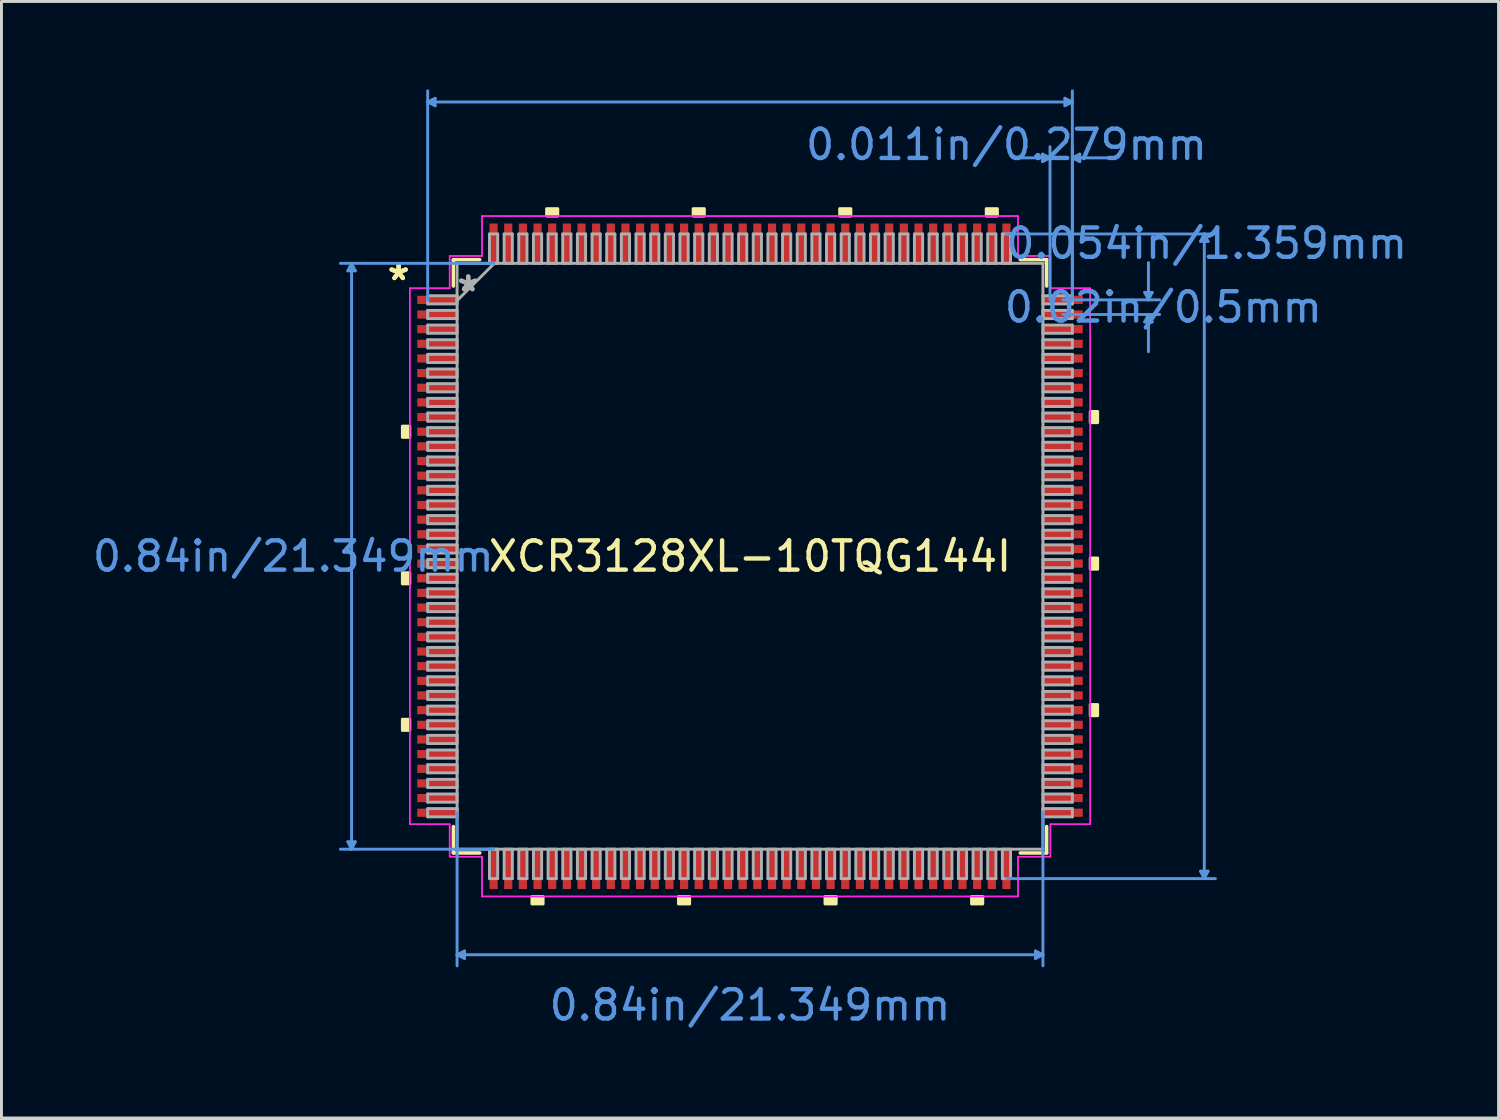
<source format=kicad_pcb>
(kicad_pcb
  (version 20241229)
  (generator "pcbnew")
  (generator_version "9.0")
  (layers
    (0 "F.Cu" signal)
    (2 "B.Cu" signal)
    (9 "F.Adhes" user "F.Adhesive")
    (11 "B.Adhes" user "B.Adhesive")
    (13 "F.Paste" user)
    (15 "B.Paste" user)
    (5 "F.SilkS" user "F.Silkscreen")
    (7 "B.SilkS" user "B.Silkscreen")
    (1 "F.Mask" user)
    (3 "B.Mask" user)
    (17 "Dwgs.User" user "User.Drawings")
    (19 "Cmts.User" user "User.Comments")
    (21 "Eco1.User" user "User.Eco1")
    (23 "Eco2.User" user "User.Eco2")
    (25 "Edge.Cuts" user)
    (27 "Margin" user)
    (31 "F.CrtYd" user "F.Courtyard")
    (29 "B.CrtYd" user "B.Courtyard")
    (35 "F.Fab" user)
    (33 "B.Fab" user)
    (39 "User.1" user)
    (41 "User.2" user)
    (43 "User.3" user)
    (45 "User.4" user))
  (footprint "XCR3128XL-10TQG144I"
    (layer "F.Cu")
    (at 22.541 15.931)
    (property "Reference" "XCR3128XL-10TQG144I" (at 0 0 0) (layer "F.SilkS") (effects (font (size 1 1) (thickness 0.15))))
    (attr through_hole)
    (fp_line (start -10.122 -10.122) (end -10.122 -9.222) (stroke (width 0.12) (type solid)) (layer "F.SilkS"))
    (fp_line (start -10.122 9.222) (end -10.122 10.122) (stroke (width 0.12) (type solid)) (layer "F.SilkS"))
    (fp_line (start -10.122 10.122) (end -9.222 10.122) (stroke (width 0.12) (type solid)) (layer "F.SilkS"))
    (fp_line (start -9.222 -10.122) (end -10.122 -10.122) (stroke (width 0.12) (type solid)) (layer "F.SilkS"))
    (fp_line (start 9.222 10.122) (end 10.122 10.122) (stroke (width 0.12) (type solid)) (layer "F.SilkS"))
    (fp_line (start 10.122 -10.122) (end 9.222 -10.122) (stroke (width 0.12) (type solid)) (layer "F.SilkS"))
    (fp_line (start 10.122 -9.222) (end 10.122 -10.122) (stroke (width 0.12) (type solid)) (layer "F.SilkS"))
    (fp_line (start 10.122 10.122) (end 10.122 9.222) (stroke (width 0.12) (type solid)) (layer "F.SilkS"))
    (fp_poly (pts (xy -11.862 -4.44) (xy -11.862 -4.059) (xy -11.608 -4.059) (xy -11.608 -4.44)) (stroke (width 0.1) (type solid)) (fill yes) (layer "F.SilkS"))
    (fp_poly (pts (xy -11.862 0.56) (xy -11.862 0.941) (xy -11.608 0.941) (xy -11.608 0.56)) (stroke (width 0.1) (type solid)) (fill yes) (layer "F.SilkS"))
    (fp_poly (pts (xy -11.862 5.56) (xy -11.862 5.941) (xy -11.608 5.941) (xy -11.608 5.56)) (stroke (width 0.1) (type solid)) (fill yes) (layer "F.SilkS"))
    (fp_poly (pts (xy -7.441 11.608) (xy -7.441 11.862) (xy -7.06 11.862) (xy -7.06 11.608)) (stroke (width 0.1) (type solid)) (fill yes) (layer "F.SilkS"))
    (fp_poly (pts (xy -6.94 -11.608) (xy -6.94 -11.862) (xy -6.559 -11.862) (xy -6.559 -11.608)) (stroke (width 0.1) (type solid)) (fill yes) (layer "F.SilkS"))
    (fp_poly (pts (xy -2.441 11.608) (xy -2.441 11.862) (xy -2.06 11.862) (xy -2.06 11.608)) (stroke (width 0.1) (type solid)) (fill yes) (layer "F.SilkS"))
    (fp_poly (pts (xy -1.94 -11.608) (xy -1.94 -11.862) (xy -1.559 -11.862) (xy -1.559 -11.608)) (stroke (width 0.1) (type solid)) (fill yes) (layer "F.SilkS"))
    (fp_poly (pts (xy 2.559 11.608) (xy 2.559 11.862) (xy 2.941 11.862) (xy 2.941 11.608)) (stroke (width 0.1) (type solid)) (fill yes) (layer "F.SilkS"))
    (fp_poly (pts (xy 3.06 -11.608) (xy 3.06 -11.862) (xy 3.441 -11.862) (xy 3.441 -11.608)) (stroke (width 0.1) (type solid)) (fill yes) (layer "F.SilkS"))
    (fp_poly (pts (xy 7.559 11.608) (xy 7.559 11.862) (xy 7.941 11.862) (xy 7.941 11.608)) (stroke (width 0.1) (type solid)) (fill yes) (layer "F.SilkS"))
    (fp_poly (pts (xy 8.06 -11.608) (xy 8.06 -11.862) (xy 8.441 -11.862) (xy 8.441 -11.608)) (stroke (width 0.1) (type solid)) (fill yes) (layer "F.SilkS"))
    (fp_poly (pts (xy 11.862 -4.941) (xy 11.862 -4.56) (xy 11.608 -4.56) (xy 11.608 -4.941)) (stroke (width 0.1) (type solid)) (fill yes) (layer "F.SilkS"))
    (fp_poly (pts (xy 11.862 0.059) (xy 11.862 0.441) (xy 11.608 0.441) (xy 11.608 0.059)) (stroke (width 0.1) (type solid)) (fill yes) (layer "F.SilkS"))
    (fp_poly (pts (xy 11.862 5.059) (xy 11.862 5.441) (xy 11.608 5.441) (xy 11.608 5.059)) (stroke (width 0.1) (type solid)) (fill yes) (layer "F.SilkS"))
    (fp_line (start -13.722 -9.741) (end -13.468 -9.741) (stroke (width 0.1) (type solid)) (layer "Cmts.User"))
    (fp_line (start -13.722 9.741) (end -13.468 9.741) (stroke (width 0.1) (type solid)) (layer "Cmts.User"))
    (fp_line (start -13.595 -9.995) (end -13.722 -9.741) (stroke (width 0.1) (type solid)) (layer "Cmts.User"))
    (fp_line (start -13.595 -9.995) (end -13.595 9.995) (stroke (width 0.1) (type solid)) (layer "Cmts.User"))
    (fp_line (start -13.595 -9.995) (end -13.468 -9.741) (stroke (width 0.1) (type solid)) (layer "Cmts.User"))
    (fp_line (start -13.595 9.995) (end -13.722 9.741) (stroke (width 0.1) (type solid)) (layer "Cmts.User"))
    (fp_line (start -13.595 9.995) (end -13.468 9.741) (stroke (width 0.1) (type solid)) (layer "Cmts.User"))
    (fp_line (start -10.998 -15.5) (end -10.744 -15.627) (stroke (width 0.1) (type solid)) (layer "Cmts.User"))
    (fp_line (start -10.998 -15.5) (end -10.744 -15.373) (stroke (width 0.1) (type solid)) (layer "Cmts.User"))
    (fp_line (start -10.998 -15.5) (end 10.998 -15.5) (stroke (width 0.1) (type solid)) (layer "Cmts.User"))
    (fp_line (start -10.998 -8.75) (end -10.998 -15.881) (stroke (width 0.1) (type solid)) (layer "Cmts.User"))
    (fp_line (start -10.744 -15.627) (end -10.744 -15.373) (stroke (width 0.1) (type solid)) (layer "Cmts.User"))
    (fp_line (start -9.995 8.75) (end -9.995 13.976) (stroke (width 0.1) (type solid)) (layer "Cmts.User"))
    (fp_line (start -9.995 13.595) (end -9.741 13.468) (stroke (width 0.1) (type solid)) (layer "Cmts.User"))
    (fp_line (start -9.995 13.595) (end -9.741 13.722) (stroke (width 0.1) (type solid)) (layer "Cmts.User"))
    (fp_line (start -9.995 13.595) (end 9.995 13.595) (stroke (width 0.1) (type solid)) (layer "Cmts.User"))
    (fp_line (start -9.741 13.468) (end -9.741 13.722) (stroke (width 0.1) (type solid)) (layer "Cmts.User"))
    (fp_line (start -8.75 -9.995) (end -13.976 -9.995) (stroke (width 0.1) (type solid)) (layer "Cmts.User"))
    (fp_line (start -8.75 9.995) (end -13.976 9.995) (stroke (width 0.1) (type solid)) (layer "Cmts.User"))
    (fp_line (start 8.75 -10.998) (end 15.881 -10.998) (stroke (width 0.1) (type solid)) (layer "Cmts.User"))
    (fp_line (start 8.75 10.998) (end 15.881 10.998) (stroke (width 0.1) (type solid)) (layer "Cmts.User"))
    (fp_line (start 9.741 13.468) (end 9.741 13.722) (stroke (width 0.1) (type solid)) (layer "Cmts.User"))
    (fp_line (start 9.982 -13.722) (end 9.982 -13.468) (stroke (width 0.1) (type solid)) (layer "Cmts.User"))
    (fp_line (start 9.995 8.75) (end 9.995 13.976) (stroke (width 0.1) (type solid)) (layer "Cmts.User"))
    (fp_line (start 9.995 13.595) (end 9.741 13.468) (stroke (width 0.1) (type solid)) (layer "Cmts.User"))
    (fp_line (start 9.995 13.595) (end 9.741 13.722) (stroke (width 0.1) (type solid)) (layer "Cmts.User"))
    (fp_line (start 10.236 -13.595) (end 8.966 -13.595) (stroke (width 0.1) (type solid)) (layer "Cmts.User"))
    (fp_line (start 10.236 -13.595) (end 9.982 -13.722) (stroke (width 0.1) (type solid)) (layer "Cmts.User"))
    (fp_line (start 10.236 -13.595) (end 9.982 -13.468) (stroke (width 0.1) (type solid)) (layer "Cmts.User"))
    (fp_line (start 10.236 -8.75) (end 10.236 -13.976) (stroke (width 0.1) (type solid)) (layer "Cmts.User"))
    (fp_line (start 10.674 -8.75) (end 13.976 -8.75) (stroke (width 0.1) (type solid)) (layer "Cmts.User"))
    (fp_line (start 10.674 -8.25) (end 13.976 -8.25) (stroke (width 0.1) (type solid)) (layer "Cmts.User"))
    (fp_line (start 10.744 -15.627) (end 10.744 -15.373) (stroke (width 0.1) (type solid)) (layer "Cmts.User"))
    (fp_line (start 10.998 -15.5) (end 10.744 -15.627) (stroke (width 0.1) (type solid)) (layer "Cmts.User"))
    (fp_line (start 10.998 -15.5) (end 10.744 -15.373) (stroke (width 0.1) (type solid)) (layer "Cmts.User"))
    (fp_line (start 10.998 -13.595) (end 11.252 -13.722) (stroke (width 0.1) (type solid)) (layer "Cmts.User"))
    (fp_line (start 10.998 -13.595) (end 11.252 -13.468) (stroke (width 0.1) (type solid)) (layer "Cmts.User"))
    (fp_line (start 10.998 -13.595) (end 12.268 -13.595) (stroke (width 0.1) (type solid)) (layer "Cmts.User"))
    (fp_line (start 10.998 -8.75) (end 10.998 -15.881) (stroke (width 0.1) (type solid)) (layer "Cmts.User"))
    (fp_line (start 10.998 -8.75) (end 10.998 -13.976) (stroke (width 0.1) (type solid)) (layer "Cmts.User"))
    (fp_line (start 11.252 -13.722) (end 11.252 -13.468) (stroke (width 0.1) (type solid)) (layer "Cmts.User"))
    (fp_line (start 13.468 -9.004) (end 13.722 -9.004) (stroke (width 0.1) (type solid)) (layer "Cmts.User"))
    (fp_line (start 13.468 -7.996) (end 13.722 -7.996) (stroke (width 0.1) (type solid)) (layer "Cmts.User"))
    (fp_line (start 13.595 -8.75) (end 13.468 -9.004) (stroke (width 0.1) (type solid)) (layer "Cmts.User"))
    (fp_line (start 13.595 -8.75) (end 13.595 -10.02) (stroke (width 0.1) (type solid)) (layer "Cmts.User"))
    (fp_line (start 13.595 -8.75) (end 13.722 -9.004) (stroke (width 0.1) (type solid)) (layer "Cmts.User"))
    (fp_line (start 13.595 -8.25) (end 13.468 -7.996) (stroke (width 0.1) (type solid)) (layer "Cmts.User"))
    (fp_line (start 13.595 -8.25) (end 13.595 -6.98) (stroke (width 0.1) (type solid)) (layer "Cmts.User"))
    (fp_line (start 13.595 -8.25) (end 13.722 -7.996) (stroke (width 0.1) (type solid)) (layer "Cmts.User"))
    (fp_line (start 15.373 -10.744) (end 15.627 -10.744) (stroke (width 0.1) (type solid)) (layer "Cmts.User"))
    (fp_line (start 15.373 10.744) (end 15.627 10.744) (stroke (width 0.1) (type solid)) (layer "Cmts.User"))
    (fp_line (start 15.5 -10.998) (end 15.373 -10.744) (stroke (width 0.1) (type solid)) (layer "Cmts.User"))
    (fp_line (start 15.5 -10.998) (end 15.5 10.998) (stroke (width 0.1) (type solid)) (layer "Cmts.User"))
    (fp_line (start 15.5 -10.998) (end 15.627 -10.744) (stroke (width 0.1) (type solid)) (layer "Cmts.User"))
    (fp_line (start 15.5 10.998) (end 15.373 10.744) (stroke (width 0.1) (type solid)) (layer "Cmts.User"))
    (fp_line (start 15.5 10.998) (end 15.627 10.744) (stroke (width 0.1) (type solid)) (layer "Cmts.User"))
    (fp_line (start -11.608 -9.144) (end -10.249 -9.144) (stroke (width 0.05) (type solid)) (layer "F.CrtYd"))
    (fp_line (start -11.608 -9.144) (end -10.249 -9.144) (stroke (width 0.05) (type solid)) (layer "F.CrtYd"))
    (fp_line (start -11.608 9.144) (end -11.608 -9.144) (stroke (width 0.05) (type solid)) (layer "F.CrtYd"))
    (fp_line (start -11.608 9.144) (end -11.608 -9.144) (stroke (width 0.05) (type solid)) (layer "F.CrtYd"))
    (fp_line (start -10.249 -10.249) (end -9.144 -10.249) (stroke (width 0.05) (type solid)) (layer "F.CrtYd"))
    (fp_line (start -10.249 -10.249) (end -9.144 -10.249) (stroke (width 0.05) (type solid)) (layer "F.CrtYd"))
    (fp_line (start -10.249 -9.144) (end -10.249 -10.249) (stroke (width 0.05) (type solid)) (layer "F.CrtYd"))
    (fp_line (start -10.249 -9.144) (end -10.249 -10.249) (stroke (width 0.05) (type solid)) (layer "F.CrtYd"))
    (fp_line (start -10.249 9.144) (end -11.608 9.144) (stroke (width 0.05) (type solid)) (layer "F.CrtYd"))
    (fp_line (start -10.249 9.144) (end -11.608 9.144) (stroke (width 0.05) (type solid)) (layer "F.CrtYd"))
    (fp_line (start -10.249 10.249) (end -10.249 9.144) (stroke (width 0.05) (type solid)) (layer "F.CrtYd"))
    (fp_line (start -10.249 10.249) (end -10.249 9.144) (stroke (width 0.05) (type solid)) (layer "F.CrtYd"))
    (fp_line (start -10.249 10.249) (end -9.144 10.249) (stroke (width 0.05) (type solid)) (layer "F.CrtYd"))
    (fp_line (start -9.144 -11.608) (end 9.144 -11.608) (stroke (width 0.05) (type solid)) (layer "F.CrtYd"))
    (fp_line (start -9.144 -11.608) (end 9.144 -11.608) (stroke (width 0.05) (type solid)) (layer "F.CrtYd"))
    (fp_line (start -9.144 -10.249) (end -9.144 -11.608) (stroke (width 0.05) (type solid)) (layer "F.CrtYd"))
    (fp_line (start -9.144 -10.249) (end -9.144 -11.608) (stroke (width 0.05) (type solid)) (layer "F.CrtYd"))
    (fp_line (start -9.144 10.249) (end -10.249 10.249) (stroke (width 0.05) (type solid)) (layer "F.CrtYd"))
    (fp_line (start -9.144 10.249) (end -9.144 11.608) (stroke (width 0.05) (type solid)) (layer "F.CrtYd"))
    (fp_line (start -9.144 11.608) (end -9.144 10.249) (stroke (width 0.05) (type solid)) (layer "F.CrtYd"))
    (fp_line (start -9.144 11.608) (end 9.144 11.608) (stroke (width 0.05) (type solid)) (layer "F.CrtYd"))
    (fp_line (start 9.144 -11.608) (end 9.144 -10.249) (stroke (width 0.05) (type solid)) (layer "F.CrtYd"))
    (fp_line (start 9.144 -11.608) (end 9.144 -10.249) (stroke (width 0.05) (type solid)) (layer "F.CrtYd"))
    (fp_line (start 9.144 -10.249) (end 10.249 -10.249) (stroke (width 0.05) (type solid)) (layer "F.CrtYd"))
    (fp_line (start 9.144 -10.249) (end 10.249 -10.249) (stroke (width 0.05) (type solid)) (layer "F.CrtYd"))
    (fp_line (start 9.144 10.249) (end 9.144 11.608) (stroke (width 0.05) (type solid)) (layer "F.CrtYd"))
    (fp_line (start 9.144 10.249) (end 10.249 10.249) (stroke (width 0.05) (type solid)) (layer "F.CrtYd"))
    (fp_line (start 9.144 11.608) (end -9.144 11.608) (stroke (width 0.05) (type solid)) (layer "F.CrtYd"))
    (fp_line (start 9.144 11.608) (end 9.144 10.249) (stroke (width 0.05) (type solid)) (layer "F.CrtYd"))
    (fp_line (start 10.249 -10.249) (end 10.249 -9.144) (stroke (width 0.05) (type solid)) (layer "F.CrtYd"))
    (fp_line (start 10.249 -9.144) (end 10.249 -10.249) (stroke (width 0.05) (type solid)) (layer "F.CrtYd"))
    (fp_line (start 10.249 -9.144) (end 11.608 -9.144) (stroke (width 0.05) (type solid)) (layer "F.CrtYd"))
    (fp_line (start 10.249 9.144) (end 10.249 10.249) (stroke (width 0.05) (type solid)) (layer "F.CrtYd"))
    (fp_line (start 10.249 9.144) (end 11.608 9.144) (stroke (width 0.05) (type solid)) (layer "F.CrtYd"))
    (fp_line (start 10.249 10.249) (end 9.144 10.249) (stroke (width 0.05) (type solid)) (layer "F.CrtYd"))
    (fp_line (start 10.249 10.249) (end 10.249 9.144) (stroke (width 0.05) (type solid)) (layer "F.CrtYd"))
    (fp_line (start 11.608 -9.144) (end 10.249 -9.144) (stroke (width 0.05) (type solid)) (layer "F.CrtYd"))
    (fp_line (start 11.608 -9.144) (end 11.608 9.144) (stroke (width 0.05) (type solid)) (layer "F.CrtYd"))
    (fp_line (start 11.608 9.144) (end 10.249 9.144) (stroke (width 0.05) (type solid)) (layer "F.CrtYd"))
    (fp_line (start 11.608 9.144) (end 11.608 -9.144) (stroke (width 0.05) (type solid)) (layer "F.CrtYd"))
    (fp_line (start -10.998 -8.89) (end -10.998 -8.61) (stroke (width 0.1) (type solid)) (layer "F.Fab"))
    (fp_line (start -10.998 -8.61) (end -9.995 -8.61) (stroke (width 0.1) (type solid)) (layer "F.Fab"))
    (fp_line (start -10.998 -8.39) (end -10.998 -8.11) (stroke (width 0.1) (type solid)) (layer "F.Fab"))
    (fp_line (start -10.998 -8.11) (end -9.995 -8.11) (stroke (width 0.1) (type solid)) (layer "F.Fab"))
    (fp_line (start -10.998 -7.89) (end -10.998 -7.61) (stroke (width 0.1) (type solid)) (layer "F.Fab"))
    (fp_line (start -10.998 -7.61) (end -9.995 -7.61) (stroke (width 0.1) (type solid)) (layer "F.Fab"))
    (fp_line (start -10.998 -7.39) (end -10.998 -7.11) (stroke (width 0.1) (type solid)) (layer "F.Fab"))
    (fp_line (start -10.998 -7.11) (end -9.995 -7.11) (stroke (width 0.1) (type solid)) (layer "F.Fab"))
    (fp_line (start -10.998 -6.89) (end -10.998 -6.61) (stroke (width 0.1) (type solid)) (layer "F.Fab"))
    (fp_line (start -10.998 -6.61) (end -9.995 -6.61) (stroke (width 0.1) (type solid)) (layer "F.Fab"))
    (fp_line (start -10.998 -6.39) (end -10.998 -6.11) (stroke (width 0.1) (type solid)) (layer "F.Fab"))
    (fp_line (start -10.998 -6.11) (end -9.995 -6.11) (stroke (width 0.1) (type solid)) (layer "F.Fab"))
    (fp_line (start -10.998 -5.89) (end -10.998 -5.61) (stroke (width 0.1) (type solid)) (layer "F.Fab"))
    (fp_line (start -10.998 -5.61) (end -9.995 -5.61) (stroke (width 0.1) (type solid)) (layer "F.Fab"))
    (fp_line (start -10.998 -5.39) (end -10.998 -5.11) (stroke (width 0.1) (type solid)) (layer "F.Fab"))
    (fp_line (start -10.998 -5.11) (end -9.995 -5.11) (stroke (width 0.1) (type solid)) (layer "F.Fab"))
    (fp_line (start -10.998 -4.89) (end -10.998 -4.61) (stroke (width 0.1) (type solid)) (layer "F.Fab"))
    (fp_line (start -10.998 -4.61) (end -9.995 -4.61) (stroke (width 0.1) (type solid)) (layer "F.Fab"))
    (fp_line (start -10.998 -4.39) (end -10.998 -4.11) (stroke (width 0.1) (type solid)) (layer "F.Fab"))
    (fp_line (start -10.998 -4.11) (end -9.995 -4.11) (stroke (width 0.1) (type solid)) (layer "F.Fab"))
    (fp_line (start -10.998 -3.89) (end -10.998 -3.61) (stroke (width 0.1) (type solid)) (layer "F.Fab"))
    (fp_line (start -10.998 -3.61) (end -9.995 -3.61) (stroke (width 0.1) (type solid)) (layer "F.Fab"))
    (fp_line (start -10.998 -3.39) (end -10.998 -3.11) (stroke (width 0.1) (type solid)) (layer "F.Fab"))
    (fp_line (start -10.998 -3.11) (end -9.995 -3.11) (stroke (width 0.1) (type solid)) (layer "F.Fab"))
    (fp_line (start -10.998 -2.89) (end -10.998 -2.61) (stroke (width 0.1) (type solid)) (layer "F.Fab"))
    (fp_line (start -10.998 -2.61) (end -9.995 -2.61) (stroke (width 0.1) (type solid)) (layer "F.Fab"))
    (fp_line (start -10.998 -2.39) (end -10.998 -2.11) (stroke (width 0.1) (type solid)) (layer "F.Fab"))
    (fp_line (start -10.998 -2.11) (end -9.995 -2.11) (stroke (width 0.1) (type solid)) (layer "F.Fab"))
    (fp_line (start -10.998 -1.89) (end -10.998 -1.61) (stroke (width 0.1) (type solid)) (layer "F.Fab"))
    (fp_line (start -10.998 -1.61) (end -9.995 -1.61) (stroke (width 0.1) (type solid)) (layer "F.Fab"))
    (fp_line (start -10.998 -1.39) (end -10.998 -1.11) (stroke (width 0.1) (type solid)) (layer "F.Fab"))
    (fp_line (start -10.998 -1.11) (end -9.995 -1.11) (stroke (width 0.1) (type solid)) (layer "F.Fab"))
    (fp_line (start -10.998 -0.89) (end -10.998 -0.61) (stroke (width 0.1) (type solid)) (layer "F.Fab"))
    (fp_line (start -10.998 -0.61) (end -9.995 -0.61) (stroke (width 0.1) (type solid)) (layer "F.Fab"))
    (fp_line (start -10.998 -0.39) (end -10.998 -0.11) (stroke (width 0.1) (type solid)) (layer "F.Fab"))
    (fp_line (start -10.998 -0.11) (end -9.995 -0.11) (stroke (width 0.1) (type solid)) (layer "F.Fab"))
    (fp_line (start -10.998 0.11) (end -10.998 0.39) (stroke (width 0.1) (type solid)) (layer "F.Fab"))
    (fp_line (start -10.998 0.39) (end -9.995 0.39) (stroke (width 0.1) (type solid)) (layer "F.Fab"))
    (fp_line (start -10.998 0.61) (end -10.998 0.89) (stroke (width 0.1) (type solid)) (layer "F.Fab"))
    (fp_line (start -10.998 0.89) (end -9.995 0.89) (stroke (width 0.1) (type solid)) (layer "F.Fab"))
    (fp_line (start -10.998 1.11) (end -10.998 1.39) (stroke (width 0.1) (type solid)) (layer "F.Fab"))
    (fp_line (start -10.998 1.39) (end -9.995 1.39) (stroke (width 0.1) (type solid)) (layer "F.Fab"))
    (fp_line (start -10.998 1.61) (end -10.998 1.89) (stroke (width 0.1) (type solid)) (layer "F.Fab"))
    (fp_line (start -10.998 1.89) (end -9.995 1.89) (stroke (width 0.1) (type solid)) (layer "F.Fab"))
    (fp_line (start -10.998 2.11) (end -10.998 2.39) (stroke (width 0.1) (type solid)) (layer "F.Fab"))
    (fp_line (start -10.998 2.39) (end -9.995 2.39) (stroke (width 0.1) (type solid)) (layer "F.Fab"))
    (fp_line (start -10.998 2.61) (end -10.998 2.89) (stroke (width 0.1) (type solid)) (layer "F.Fab"))
    (fp_line (start -10.998 2.89) (end -9.995 2.89) (stroke (width 0.1) (type solid)) (layer "F.Fab"))
    (fp_line (start -10.998 3.11) (end -10.998 3.39) (stroke (width 0.1) (type solid)) (layer "F.Fab"))
    (fp_line (start -10.998 3.39) (end -9.995 3.39) (stroke (width 0.1) (type solid)) (layer "F.Fab"))
    (fp_line (start -10.998 3.61) (end -10.998 3.89) (stroke (width 0.1) (type solid)) (layer "F.Fab"))
    (fp_line (start -10.998 3.89) (end -9.995 3.89) (stroke (width 0.1) (type solid)) (layer "F.Fab"))
    (fp_line (start -10.998 4.11) (end -10.998 4.39) (stroke (width 0.1) (type solid)) (layer "F.Fab"))
    (fp_line (start -10.998 4.39) (end -9.995 4.39) (stroke (width 0.1) (type solid)) (layer "F.Fab"))
    (fp_line (start -10.998 4.61) (end -10.998 4.89) (stroke (width 0.1) (type solid)) (layer "F.Fab"))
    (fp_line (start -10.998 4.89) (end -9.995 4.89) (stroke (width 0.1) (type solid)) (layer "F.Fab"))
    (fp_line (start -10.998 5.11) (end -10.998 5.39) (stroke (width 0.1) (type solid)) (layer "F.Fab"))
    (fp_line (start -10.998 5.39) (end -9.995 5.39) (stroke (width 0.1) (type solid)) (layer "F.Fab"))
    (fp_line (start -10.998 5.61) (end -10.998 5.89) (stroke (width 0.1) (type solid)) (layer "F.Fab"))
    (fp_line (start -10.998 5.89) (end -9.995 5.89) (stroke (width 0.1) (type solid)) (layer "F.Fab"))
    (fp_line (start -10.998 6.11) (end -10.998 6.39) (stroke (width 0.1) (type solid)) (layer "F.Fab"))
    (fp_line (start -10.998 6.39) (end -9.995 6.39) (stroke (width 0.1) (type solid)) (layer "F.Fab"))
    (fp_line (start -10.998 6.61) (end -10.998 6.89) (stroke (width 0.1) (type solid)) (layer "F.Fab"))
    (fp_line (start -10.998 6.89) (end -9.995 6.89) (stroke (width 0.1) (type solid)) (layer "F.Fab"))
    (fp_line (start -10.998 7.11) (end -10.998 7.39) (stroke (width 0.1) (type solid)) (layer "F.Fab"))
    (fp_line (start -10.998 7.39) (end -9.995 7.39) (stroke (width 0.1) (type solid)) (layer "F.Fab"))
    (fp_line (start -10.998 7.61) (end -10.998 7.89) (stroke (width 0.1) (type solid)) (layer "F.Fab"))
    (fp_line (start -10.998 7.89) (end -9.995 7.89) (stroke (width 0.1) (type solid)) (layer "F.Fab"))
    (fp_line (start -10.998 8.11) (end -10.998 8.39) (stroke (width 0.1) (type solid)) (layer "F.Fab"))
    (fp_line (start -10.998 8.39) (end -9.995 8.39) (stroke (width 0.1) (type solid)) (layer "F.Fab"))
    (fp_line (start -10.998 8.61) (end -10.998 8.89) (stroke (width 0.1) (type solid)) (layer "F.Fab"))
    (fp_line (start -10.998 8.89) (end -9.995 8.89) (stroke (width 0.1) (type solid)) (layer "F.Fab"))
    (fp_line (start -9.995 -9.995) (end -9.995 -9.995) (stroke (width 0.1) (type solid)) (layer "F.Fab"))
    (fp_line (start -9.995 -9.995) (end -9.995 9.995) (stroke (width 0.1) (type solid)) (layer "F.Fab"))
    (fp_line (start -9.995 -8.89) (end -10.998 -8.89) (stroke (width 0.1) (type solid)) (layer "F.Fab"))
    (fp_line (start -9.995 -8.725) (end -8.725 -9.995) (stroke (width 0.1) (type solid)) (layer "F.Fab"))
    (fp_line (start -9.995 -8.61) (end -9.995 -8.89) (stroke (width 0.1) (type solid)) (layer "F.Fab"))
    (fp_line (start -9.995 -8.39) (end -10.998 -8.39) (stroke (width 0.1) (type solid)) (layer "F.Fab"))
    (fp_line (start -9.995 -8.11) (end -9.995 -8.39) (stroke (width 0.1) (type solid)) (layer "F.Fab"))
    (fp_line (start -9.995 -7.89) (end -10.998 -7.89) (stroke (width 0.1) (type solid)) (layer "F.Fab"))
    (fp_line (start -9.995 -7.61) (end -9.995 -7.89) (stroke (width 0.1) (type solid)) (layer "F.Fab"))
    (fp_line (start -9.995 -7.39) (end -10.998 -7.39) (stroke (width 0.1) (type solid)) (layer "F.Fab"))
    (fp_line (start -9.995 -7.11) (end -9.995 -7.39) (stroke (width 0.1) (type solid)) (layer "F.Fab"))
    (fp_line (start -9.995 -6.89) (end -10.998 -6.89) (stroke (width 0.1) (type solid)) (layer "F.Fab"))
    (fp_line (start -9.995 -6.61) (end -9.995 -6.89) (stroke (width 0.1) (type solid)) (layer "F.Fab"))
    (fp_line (start -9.995 -6.39) (end -10.998 -6.39) (stroke (width 0.1) (type solid)) (layer "F.Fab"))
    (fp_line (start -9.995 -6.11) (end -9.995 -6.39) (stroke (width 0.1) (type solid)) (layer "F.Fab"))
    (fp_line (start -9.995 -5.89) (end -10.998 -5.89) (stroke (width 0.1) (type solid)) (layer "F.Fab"))
    (fp_line (start -9.995 -5.61) (end -9.995 -5.89) (stroke (width 0.1) (type solid)) (layer "F.Fab"))
    (fp_line (start -9.995 -5.39) (end -10.998 -5.39) (stroke (width 0.1) (type solid)) (layer "F.Fab"))
    (fp_line (start -9.995 -5.11) (end -9.995 -5.39) (stroke (width 0.1) (type solid)) (layer "F.Fab"))
    (fp_line (start -9.995 -4.89) (end -10.998 -4.89) (stroke (width 0.1) (type solid)) (layer "F.Fab"))
    (fp_line (start -9.995 -4.61) (end -9.995 -4.89) (stroke (width 0.1) (type solid)) (layer "F.Fab"))
    (fp_line (start -9.995 -4.39) (end -10.998 -4.39) (stroke (width 0.1) (type solid)) (layer "F.Fab"))
    (fp_line (start -9.995 -4.11) (end -9.995 -4.39) (stroke (width 0.1) (type solid)) (layer "F.Fab"))
    (fp_line (start -9.995 -3.89) (end -10.998 -3.89) (stroke (width 0.1) (type solid)) (layer "F.Fab"))
    (fp_line (start -9.995 -3.61) (end -9.995 -3.89) (stroke (width 0.1) (type solid)) (layer "F.Fab"))
    (fp_line (start -9.995 -3.39) (end -10.998 -3.39) (stroke (width 0.1) (type solid)) (layer "F.Fab"))
    (fp_line (start -9.995 -3.11) (end -9.995 -3.39) (stroke (width 0.1) (type solid)) (layer "F.Fab"))
    (fp_line (start -9.995 -2.89) (end -10.998 -2.89) (stroke (width 0.1) (type solid)) (layer "F.Fab"))
    (fp_line (start -9.995 -2.61) (end -9.995 -2.89) (stroke (width 0.1) (type solid)) (layer "F.Fab"))
    (fp_line (start -9.995 -2.39) (end -10.998 -2.39) (stroke (width 0.1) (type solid)) (layer "F.Fab"))
    (fp_line (start -9.995 -2.11) (end -9.995 -2.39) (stroke (width 0.1) (type solid)) (layer "F.Fab"))
    (fp_line (start -9.995 -1.89) (end -10.998 -1.89) (stroke (width 0.1) (type solid)) (layer "F.Fab"))
    (fp_line (start -9.995 -1.61) (end -9.995 -1.89) (stroke (width 0.1) (type solid)) (layer "F.Fab"))
    (fp_line (start -9.995 -1.39) (end -10.998 -1.39) (stroke (width 0.1) (type solid)) (layer "F.Fab"))
    (fp_line (start -9.995 -1.11) (end -9.995 -1.39) (stroke (width 0.1) (type solid)) (layer "F.Fab"))
    (fp_line (start -9.995 -0.89) (end -10.998 -0.89) (stroke (width 0.1) (type solid)) (layer "F.Fab"))
    (fp_line (start -9.995 -0.61) (end -9.995 -0.89) (stroke (width 0.1) (type solid)) (layer "F.Fab"))
    (fp_line (start -9.995 -0.39) (end -10.998 -0.39) (stroke (width 0.1) (type solid)) (layer "F.Fab"))
    (fp_line (start -9.995 -0.11) (end -9.995 -0.39) (stroke (width 0.1) (type solid)) (layer "F.Fab"))
    (fp_line (start -9.995 0.11) (end -10.998 0.11) (stroke (width 0.1) (type solid)) (layer "F.Fab"))
    (fp_line (start -9.995 0.39) (end -9.995 0.11) (stroke (width 0.1) (type solid)) (layer "F.Fab"))
    (fp_line (start -9.995 0.61) (end -10.998 0.61) (stroke (width 0.1) (type solid)) (layer "F.Fab"))
    (fp_line (start -9.995 0.89) (end -9.995 0.61) (stroke (width 0.1) (type solid)) (layer "F.Fab"))
    (fp_line (start -9.995 1.11) (end -10.998 1.11) (stroke (width 0.1) (type solid)) (layer "F.Fab"))
    (fp_line (start -9.995 1.39) (end -9.995 1.11) (stroke (width 0.1) (type solid)) (layer "F.Fab"))
    (fp_line (start -9.995 1.61) (end -10.998 1.61) (stroke (width 0.1) (type solid)) (layer "F.Fab"))
    (fp_line (start -9.995 1.89) (end -9.995 1.61) (stroke (width 0.1) (type solid)) (layer "F.Fab"))
    (fp_line (start -9.995 2.11) (end -10.998 2.11) (stroke (width 0.1) (type solid)) (layer "F.Fab"))
    (fp_line (start -9.995 2.39) (end -9.995 2.11) (stroke (width 0.1) (type solid)) (layer "F.Fab"))
    (fp_line (start -9.995 2.61) (end -10.998 2.61) (stroke (width 0.1) (type solid)) (layer "F.Fab"))
    (fp_line (start -9.995 2.89) (end -9.995 2.61) (stroke (width 0.1) (type solid)) (layer "F.Fab"))
    (fp_line (start -9.995 3.11) (end -10.998 3.11) (stroke (width 0.1) (type solid)) (layer "F.Fab"))
    (fp_line (start -9.995 3.39) (end -9.995 3.11) (stroke (width 0.1) (type solid)) (layer "F.Fab"))
    (fp_line (start -9.995 3.61) (end -10.998 3.61) (stroke (width 0.1) (type solid)) (layer "F.Fab"))
    (fp_line (start -9.995 3.89) (end -9.995 3.61) (stroke (width 0.1) (type solid)) (layer "F.Fab"))
    (fp_line (start -9.995 4.11) (end -10.998 4.11) (stroke (width 0.1) (type solid)) (layer "F.Fab"))
    (fp_line (start -9.995 4.39) (end -9.995 4.11) (stroke (width 0.1) (type solid)) (layer "F.Fab"))
    (fp_line (start -9.995 4.61) (end -10.998 4.61) (stroke (width 0.1) (type solid)) (layer "F.Fab"))
    (fp_line (start -9.995 4.89) (end -9.995 4.61) (stroke (width 0.1) (type solid)) (layer "F.Fab"))
    (fp_line (start -9.995 5.11) (end -10.998 5.11) (stroke (width 0.1) (type solid)) (layer "F.Fab"))
    (fp_line (start -9.995 5.39) (end -9.995 5.11) (stroke (width 0.1) (type solid)) (layer "F.Fab"))
    (fp_line (start -9.995 5.61) (end -10.998 5.61) (stroke (width 0.1) (type solid)) (layer "F.Fab"))
    (fp_line (start -9.995 5.89) (end -9.995 5.61) (stroke (width 0.1) (type solid)) (layer "F.Fab"))
    (fp_line (start -9.995 6.11) (end -10.998 6.11) (stroke (width 0.1) (type solid)) (layer "F.Fab"))
    (fp_line (start -9.995 6.39) (end -9.995 6.11) (stroke (width 0.1) (type solid)) (layer "F.Fab"))
    (fp_line (start -9.995 6.61) (end -10.998 6.61) (stroke (width 0.1) (type solid)) (layer "F.Fab"))
    (fp_line (start -9.995 6.89) (end -9.995 6.61) (stroke (width 0.1) (type solid)) (layer "F.Fab"))
    (fp_line (start -9.995 7.11) (end -10.998 7.11) (stroke (width 0.1) (type solid)) (layer "F.Fab"))
    (fp_line (start -9.995 7.39) (end -9.995 7.11) (stroke (width 0.1) (type solid)) (layer "F.Fab"))
    (fp_line (start -9.995 7.61) (end -10.998 7.61) (stroke (width 0.1) (type solid)) (layer "F.Fab"))
    (fp_line (start -9.995 7.89) (end -9.995 7.61) (stroke (width 0.1) (type solid)) (layer "F.Fab"))
    (fp_line (start -9.995 8.11) (end -10.998 8.11) (stroke (width 0.1) (type solid)) (layer "F.Fab"))
    (fp_line (start -9.995 8.39) (end -9.995 8.11) (stroke (width 0.1) (type solid)) (layer "F.Fab"))
    (fp_line (start -9.995 8.61) (end -10.998 8.61) (stroke (width 0.1) (type solid)) (layer "F.Fab"))
    (fp_line (start -9.995 8.89) (end -9.995 8.61) (stroke (width 0.1) (type solid)) (layer "F.Fab"))
    (fp_line (start -9.995 9.995) (end -9.995 9.995) (stroke (width 0.1) (type solid)) (layer "F.Fab"))
    (fp_line (start -9.995 9.995) (end 9.995 9.995) (stroke (width 0.1) (type solid)) (layer "F.Fab"))
    (fp_line (start -8.89 -10.998) (end -8.89 -9.995) (stroke (width 0.1) (type solid)) (layer "F.Fab"))
    (fp_line (start -8.89 -9.995) (end -8.61 -9.995) (stroke (width 0.1) (type solid)) (layer "F.Fab"))
    (fp_line (start -8.89 9.995) (end -8.89 10.998) (stroke (width 0.1) (type solid)) (layer "F.Fab"))
    (fp_line (start -8.89 10.998) (end -8.61 10.998) (stroke (width 0.1) (type solid)) (layer "F.Fab"))
    (fp_line (start -8.61 -10.998) (end -8.89 -10.998) (stroke (width 0.1) (type solid)) (layer "F.Fab"))
    (fp_line (start -8.61 -9.995) (end -8.61 -10.998) (stroke (width 0.1) (type solid)) (layer "F.Fab"))
    (fp_line (start -8.61 9.995) (end -8.89 9.995) (stroke (width 0.1) (type solid)) (layer "F.Fab"))
    (fp_line (start -8.61 10.998) (end -8.61 9.995) (stroke (width 0.1) (type solid)) (layer "F.Fab"))
    (fp_line (start -8.39 -10.998) (end -8.39 -9.995) (stroke (width 0.1) (type solid)) (layer "F.Fab"))
    (fp_line (start -8.39 -9.995) (end -8.11 -9.995) (stroke (width 0.1) (type solid)) (layer "F.Fab"))
    (fp_line (start -8.39 9.995) (end -8.39 10.998) (stroke (width 0.1) (type solid)) (layer "F.Fab"))
    (fp_line (start -8.39 10.998) (end -8.11 10.998) (stroke (width 0.1) (type solid)) (layer "F.Fab"))
    (fp_line (start -8.11 -10.998) (end -8.39 -10.998) (stroke (width 0.1) (type solid)) (layer "F.Fab"))
    (fp_line (start -8.11 -9.995) (end -8.11 -10.998) (stroke (width 0.1) (type solid)) (layer "F.Fab"))
    (fp_line (start -8.11 9.995) (end -8.39 9.995) (stroke (width 0.1) (type solid)) (layer "F.Fab"))
    (fp_line (start -8.11 10.998) (end -8.11 9.995) (stroke (width 0.1) (type solid)) (layer "F.Fab"))
    (fp_line (start -7.89 -10.998) (end -7.89 -9.995) (stroke (width 0.1) (type solid)) (layer "F.Fab"))
    (fp_line (start -7.89 -9.995) (end -7.61 -9.995) (stroke (width 0.1) (type solid)) (layer "F.Fab"))
    (fp_line (start -7.89 9.995) (end -7.89 10.998) (stroke (width 0.1) (type solid)) (layer "F.Fab"))
    (fp_line (start -7.89 10.998) (end -7.61 10.998) (stroke (width 0.1) (type solid)) (layer "F.Fab"))
    (fp_line (start -7.61 -10.998) (end -7.89 -10.998) (stroke (width 0.1) (type solid)) (layer "F.Fab"))
    (fp_line (start -7.61 -9.995) (end -7.61 -10.998) (stroke (width 0.1) (type solid)) (layer "F.Fab"))
    (fp_line (start -7.61 9.995) (end -7.89 9.995) (stroke (width 0.1) (type solid)) (layer "F.Fab"))
    (fp_line (start -7.61 10.998) (end -7.61 9.995) (stroke (width 0.1) (type solid)) (layer "F.Fab"))
    (fp_line (start -7.39 -10.998) (end -7.39 -9.995) (stroke (width 0.1) (type solid)) (layer "F.Fab"))
    (fp_line (start -7.39 -9.995) (end -7.11 -9.995) (stroke (width 0.1) (type solid)) (layer "F.Fab"))
    (fp_line (start -7.39 9.995) (end -7.39 10.998) (stroke (width 0.1) (type solid)) (layer "F.Fab"))
    (fp_line (start -7.39 10.998) (end -7.11 10.998) (stroke (width 0.1) (type solid)) (layer "F.Fab"))
    (fp_line (start -7.11 -10.998) (end -7.39 -10.998) (stroke (width 0.1) (type solid)) (layer "F.Fab"))
    (fp_line (start -7.11 -9.995) (end -7.11 -10.998) (stroke (width 0.1) (type solid)) (layer "F.Fab"))
    (fp_line (start -7.11 9.995) (end -7.39 9.995) (stroke (width 0.1) (type solid)) (layer "F.Fab"))
    (fp_line (start -7.11 10.998) (end -7.11 9.995) (stroke (width 0.1) (type solid)) (layer "F.Fab"))
    (fp_line (start -6.89 -10.998) (end -6.89 -9.995) (stroke (width 0.1) (type solid)) (layer "F.Fab"))
    (fp_line (start -6.89 -9.995) (end -6.61 -9.995) (stroke (width 0.1) (type solid)) (layer "F.Fab"))
    (fp_line (start -6.89 9.995) (end -6.89 10.998) (stroke (width 0.1) (type solid)) (layer "F.Fab"))
    (fp_line (start -6.89 10.998) (end -6.61 10.998) (stroke (width 0.1) (type solid)) (layer "F.Fab"))
    (fp_line (start -6.61 -10.998) (end -6.89 -10.998) (stroke (width 0.1) (type solid)) (layer "F.Fab"))
    (fp_line (start -6.61 -9.995) (end -6.61 -10.998) (stroke (width 0.1) (type solid)) (layer "F.Fab"))
    (fp_line (start -6.61 9.995) (end -6.89 9.995) (stroke (width 0.1) (type solid)) (layer "F.Fab"))
    (fp_line (start -6.61 10.998) (end -6.61 9.995) (stroke (width 0.1) (type solid)) (layer "F.Fab"))
    (fp_line (start -6.39 -10.998) (end -6.39 -9.995) (stroke (width 0.1) (type solid)) (layer "F.Fab"))
    (fp_line (start -6.39 -9.995) (end -6.11 -9.995) (stroke (width 0.1) (type solid)) (layer "F.Fab"))
    (fp_line (start -6.39 9.995) (end -6.39 10.998) (stroke (width 0.1) (type solid)) (layer "F.Fab"))
    (fp_line (start -6.39 10.998) (end -6.11 10.998) (stroke (width 0.1) (type solid)) (layer "F.Fab"))
    (fp_line (start -6.11 -10.998) (end -6.39 -10.998) (stroke (width 0.1) (type solid)) (layer "F.Fab"))
    (fp_line (start -6.11 -9.995) (end -6.11 -10.998) (stroke (width 0.1) (type solid)) (layer "F.Fab"))
    (fp_line (start -6.11 9.995) (end -6.39 9.995) (stroke (width 0.1) (type solid)) (layer "F.Fab"))
    (fp_line (start -6.11 10.998) (end -6.11 9.995) (stroke (width 0.1) (type solid)) (layer "F.Fab"))
    (fp_line (start -5.89 -10.998) (end -5.89 -9.995) (stroke (width 0.1) (type solid)) (layer "F.Fab"))
    (fp_line (start -5.89 -9.995) (end -5.61 -9.995) (stroke (width 0.1) (type solid)) (layer "F.Fab"))
    (fp_line (start -5.89 9.995) (end -5.89 10.998) (stroke (width 0.1) (type solid)) (layer "F.Fab"))
    (fp_line (start -5.89 10.998) (end -5.61 10.998) (stroke (width 0.1) (type solid)) (layer "F.Fab"))
    (fp_line (start -5.61 -10.998) (end -5.89 -10.998) (stroke (width 0.1) (type solid)) (layer "F.Fab"))
    (fp_line (start -5.61 -9.995) (end -5.61 -10.998) (stroke (width 0.1) (type solid)) (layer "F.Fab"))
    (fp_line (start -5.61 9.995) (end -5.89 9.995) (stroke (width 0.1) (type solid)) (layer "F.Fab"))
    (fp_line (start -5.61 10.998) (end -5.61 9.995) (stroke (width 0.1) (type solid)) (layer "F.Fab"))
    (fp_line (start -5.39 -10.998) (end -5.39 -9.995) (stroke (width 0.1) (type solid)) (layer "F.Fab"))
    (fp_line (start -5.39 -9.995) (end -5.11 -9.995) (stroke (width 0.1) (type solid)) (layer "F.Fab"))
    (fp_line (start -5.39 9.995) (end -5.39 10.998) (stroke (width 0.1) (type solid)) (layer "F.Fab"))
    (fp_line (start -5.39 10.998) (end -5.11 10.998) (stroke (width 0.1) (type solid)) (layer "F.Fab"))
    (fp_line (start -5.11 -10.998) (end -5.39 -10.998) (stroke (width 0.1) (type solid)) (layer "F.Fab"))
    (fp_line (start -5.11 -9.995) (end -5.11 -10.998) (stroke (width 0.1) (type solid)) (layer "F.Fab"))
    (fp_line (start -5.11 9.995) (end -5.39 9.995) (stroke (width 0.1) (type solid)) (layer "F.Fab"))
    (fp_line (start -5.11 10.998) (end -5.11 9.995) (stroke (width 0.1) (type solid)) (layer "F.Fab"))
    (fp_line (start -4.89 -10.998) (end -4.89 -9.995) (stroke (width 0.1) (type solid)) (layer "F.Fab"))
    (fp_line (start -4.89 -9.995) (end -4.61 -9.995) (stroke (width 0.1) (type solid)) (layer "F.Fab"))
    (fp_line (start -4.89 9.995) (end -4.89 10.998) (stroke (width 0.1) (type solid)) (layer "F.Fab"))
    (fp_line (start -4.89 10.998) (end -4.61 10.998) (stroke (width 0.1) (type solid)) (layer "F.Fab"))
    (fp_line (start -4.61 -10.998) (end -4.89 -10.998) (stroke (width 0.1) (type solid)) (layer "F.Fab"))
    (fp_line (start -4.61 -9.995) (end -4.61 -10.998) (stroke (width 0.1) (type solid)) (layer "F.Fab"))
    (fp_line (start -4.61 9.995) (end -4.89 9.995) (stroke (width 0.1) (type solid)) (layer "F.Fab"))
    (fp_line (start -4.61 10.998) (end -4.61 9.995) (stroke (width 0.1) (type solid)) (layer "F.Fab"))
    (fp_line (start -4.39 -10.998) (end -4.39 -9.995) (stroke (width 0.1) (type solid)) (layer "F.Fab"))
    (fp_line (start -4.39 -9.995) (end -4.11 -9.995) (stroke (width 0.1) (type solid)) (layer "F.Fab"))
    (fp_line (start -4.39 9.995) (end -4.39 10.998) (stroke (width 0.1) (type solid)) (layer "F.Fab"))
    (fp_line (start -4.39 10.998) (end -4.11 10.998) (stroke (width 0.1) (type solid)) (layer "F.Fab"))
    (fp_line (start -4.11 -10.998) (end -4.39 -10.998) (stroke (width 0.1) (type solid)) (layer "F.Fab"))
    (fp_line (start -4.11 -9.995) (end -4.11 -10.998) (stroke (width 0.1) (type solid)) (layer "F.Fab"))
    (fp_line (start -4.11 9.995) (end -4.39 9.995) (stroke (width 0.1) (type solid)) (layer "F.Fab"))
    (fp_line (start -4.11 10.998) (end -4.11 9.995) (stroke (width 0.1) (type solid)) (layer "F.Fab"))
    (fp_line (start -3.89 -10.998) (end -3.89 -9.995) (stroke (width 0.1) (type solid)) (layer "F.Fab"))
    (fp_line (start -3.89 -9.995) (end -3.61 -9.995) (stroke (width 0.1) (type solid)) (layer "F.Fab"))
    (fp_line (start -3.89 9.995) (end -3.89 10.998) (stroke (width 0.1) (type solid)) (layer "F.Fab"))
    (fp_line (start -3.89 10.998) (end -3.61 10.998) (stroke (width 0.1) (type solid)) (layer "F.Fab"))
    (fp_line (start -3.61 -10.998) (end -3.89 -10.998) (stroke (width 0.1) (type solid)) (layer "F.Fab"))
    (fp_line (start -3.61 -9.995) (end -3.61 -10.998) (stroke (width 0.1) (type solid)) (layer "F.Fab"))
    (fp_line (start -3.61 9.995) (end -3.89 9.995) (stroke (width 0.1) (type solid)) (layer "F.Fab"))
    (fp_line (start -3.61 10.998) (end -3.61 9.995) (stroke (width 0.1) (type solid)) (layer "F.Fab"))
    (fp_line (start -3.39 -10.998) (end -3.39 -9.995) (stroke (width 0.1) (type solid)) (layer "F.Fab"))
    (fp_line (start -3.39 -9.995) (end -3.11 -9.995) (stroke (width 0.1) (type solid)) (layer "F.Fab"))
    (fp_line (start -3.39 9.995) (end -3.39 10.998) (stroke (width 0.1) (type solid)) (layer "F.Fab"))
    (fp_line (start -3.39 10.998) (end -3.11 10.998) (stroke (width 0.1) (type solid)) (layer "F.Fab"))
    (fp_line (start -3.11 -10.998) (end -3.39 -10.998) (stroke (width 0.1) (type solid)) (layer "F.Fab"))
    (fp_line (start -3.11 -9.995) (end -3.11 -10.998) (stroke (width 0.1) (type solid)) (layer "F.Fab"))
    (fp_line (start -3.11 9.995) (end -3.39 9.995) (stroke (width 0.1) (type solid)) (layer "F.Fab"))
    (fp_line (start -3.11 10.998) (end -3.11 9.995) (stroke (width 0.1) (type solid)) (layer "F.Fab"))
    (fp_line (start -2.89 -10.998) (end -2.89 -9.995) (stroke (width 0.1) (type solid)) (layer "F.Fab"))
    (fp_line (start -2.89 -9.995) (end -2.61 -9.995) (stroke (width 0.1) (type solid)) (layer "F.Fab"))
    (fp_line (start -2.89 9.995) (end -2.89 10.998) (stroke (width 0.1) (type solid)) (layer "F.Fab"))
    (fp_line (start -2.89 10.998) (end -2.61 10.998) (stroke (width 0.1) (type solid)) (layer "F.Fab"))
    (fp_line (start -2.61 -10.998) (end -2.89 -10.998) (stroke (width 0.1) (type solid)) (layer "F.Fab"))
    (fp_line (start -2.61 -9.995) (end -2.61 -10.998) (stroke (width 0.1) (type solid)) (layer "F.Fab"))
    (fp_line (start -2.61 9.995) (end -2.89 9.995) (stroke (width 0.1) (type solid)) (layer "F.Fab"))
    (fp_line (start -2.61 10.998) (end -2.61 9.995) (stroke (width 0.1) (type solid)) (layer "F.Fab"))
    (fp_line (start -2.39 -10.998) (end -2.39 -9.995) (stroke (width 0.1) (type solid)) (layer "F.Fab"))
    (fp_line (start -2.39 -9.995) (end -2.11 -9.995) (stroke (width 0.1) (type solid)) (layer "F.Fab"))
    (fp_line (start -2.39 9.995) (end -2.39 10.998) (stroke (width 0.1) (type solid)) (layer "F.Fab"))
    (fp_line (start -2.39 10.998) (end -2.11 10.998) (stroke (width 0.1) (type solid)) (layer "F.Fab"))
    (fp_line (start -2.11 -10.998) (end -2.39 -10.998) (stroke (width 0.1) (type solid)) (layer "F.Fab"))
    (fp_line (start -2.11 -9.995) (end -2.11 -10.998) (stroke (width 0.1) (type solid)) (layer "F.Fab"))
    (fp_line (start -2.11 9.995) (end -2.39 9.995) (stroke (width 0.1) (type solid)) (layer "F.Fab"))
    (fp_line (start -2.11 10.998) (end -2.11 9.995) (stroke (width 0.1) (type solid)) (layer "F.Fab"))
    (fp_line (start -1.89 -10.998) (end -1.89 -9.995) (stroke (width 0.1) (type solid)) (layer "F.Fab"))
    (fp_line (start -1.89 -9.995) (end -1.61 -9.995) (stroke (width 0.1) (type solid)) (layer "F.Fab"))
    (fp_line (start -1.89 9.995) (end -1.89 10.998) (stroke (width 0.1) (type solid)) (layer "F.Fab"))
    (fp_line (start -1.89 10.998) (end -1.61 10.998) (stroke (width 0.1) (type solid)) (layer "F.Fab"))
    (fp_line (start -1.61 -10.998) (end -1.89 -10.998) (stroke (width 0.1) (type solid)) (layer "F.Fab"))
    (fp_line (start -1.61 -9.995) (end -1.61 -10.998) (stroke (width 0.1) (type solid)) (layer "F.Fab"))
    (fp_line (start -1.61 9.995) (end -1.89 9.995) (stroke (width 0.1) (type solid)) (layer "F.Fab"))
    (fp_line (start -1.61 10.998) (end -1.61 9.995) (stroke (width 0.1) (type solid)) (layer "F.Fab"))
    (fp_line (start -1.39 -10.998) (end -1.39 -9.995) (stroke (width 0.1) (type solid)) (layer "F.Fab"))
    (fp_line (start -1.39 -9.995) (end -1.11 -9.995) (stroke (width 0.1) (type solid)) (layer "F.Fab"))
    (fp_line (start -1.39 9.995) (end -1.39 10.998) (stroke (width 0.1) (type solid)) (layer "F.Fab"))
    (fp_line (start -1.39 10.998) (end -1.11 10.998) (stroke (width 0.1) (type solid)) (layer "F.Fab"))
    (fp_line (start -1.11 -10.998) (end -1.39 -10.998) (stroke (width 0.1) (type solid)) (layer "F.Fab"))
    (fp_line (start -1.11 -9.995) (end -1.11 -10.998) (stroke (width 0.1) (type solid)) (layer "F.Fab"))
    (fp_line (start -1.11 9.995) (end -1.39 9.995) (stroke (width 0.1) (type solid)) (layer "F.Fab"))
    (fp_line (start -1.11 10.998) (end -1.11 9.995) (stroke (width 0.1) (type solid)) (layer "F.Fab"))
    (fp_line (start -0.89 -10.998) (end -0.89 -9.995) (stroke (width 0.1) (type solid)) (layer "F.Fab"))
    (fp_line (start -0.89 -9.995) (end -0.61 -9.995) (stroke (width 0.1) (type solid)) (layer "F.Fab"))
    (fp_line (start -0.89 9.995) (end -0.89 10.998) (stroke (width 0.1) (type solid)) (layer "F.Fab"))
    (fp_line (start -0.89 10.998) (end -0.61 10.998) (stroke (width 0.1) (type solid)) (layer "F.Fab"))
    (fp_line (start -0.61 -10.998) (end -0.89 -10.998) (stroke (width 0.1) (type solid)) (layer "F.Fab"))
    (fp_line (start -0.61 -9.995) (end -0.61 -10.998) (stroke (width 0.1) (type solid)) (layer "F.Fab"))
    (fp_line (start -0.61 9.995) (end -0.89 9.995) (stroke (width 0.1) (type solid)) (layer "F.Fab"))
    (fp_line (start -0.61 10.998) (end -0.61 9.995) (stroke (width 0.1) (type solid)) (layer "F.Fab"))
    (fp_line (start -0.39 -10.998) (end -0.39 -9.995) (stroke (width 0.1) (type solid)) (layer "F.Fab"))
    (fp_line (start -0.39 -9.995) (end -0.11 -9.995) (stroke (width 0.1) (type solid)) (layer "F.Fab"))
    (fp_line (start -0.39 9.995) (end -0.39 10.998) (stroke (width 0.1) (type solid)) (layer "F.Fab"))
    (fp_line (start -0.39 10.998) (end -0.11 10.998) (stroke (width 0.1) (type solid)) (layer "F.Fab"))
    (fp_line (start -0.11 -10.998) (end -0.39 -10.998) (stroke (width 0.1) (type solid)) (layer "F.Fab"))
    (fp_line (start -0.11 -9.995) (end -0.11 -10.998) (stroke (width 0.1) (type solid)) (layer "F.Fab"))
    (fp_line (start -0.11 9.995) (end -0.39 9.995) (stroke (width 0.1) (type solid)) (layer "F.Fab"))
    (fp_line (start -0.11 10.998) (end -0.11 9.995) (stroke (width 0.1) (type solid)) (layer "F.Fab"))
    (fp_line (start 0.11 -10.998) (end 0.11 -9.995) (stroke (width 0.1) (type solid)) (layer "F.Fab"))
    (fp_line (start 0.11 -9.995) (end 0.39 -9.995) (stroke (width 0.1) (type solid)) (layer "F.Fab"))
    (fp_line (start 0.11 9.995) (end 0.11 10.998) (stroke (width 0.1) (type solid)) (layer "F.Fab"))
    (fp_line (start 0.11 10.998) (end 0.39 10.998) (stroke (width 0.1) (type solid)) (layer "F.Fab"))
    (fp_line (start 0.39 -10.998) (end 0.11 -10.998) (stroke (width 0.1) (type solid)) (layer "F.Fab"))
    (fp_line (start 0.39 -9.995) (end 0.39 -10.998) (stroke (width 0.1) (type solid)) (layer "F.Fab"))
    (fp_line (start 0.39 9.995) (end 0.11 9.995) (stroke (width 0.1) (type solid)) (layer "F.Fab"))
    (fp_line (start 0.39 10.998) (end 0.39 9.995) (stroke (width 0.1) (type solid)) (layer "F.Fab"))
    (fp_line (start 0.61 -10.998) (end 0.61 -9.995) (stroke (width 0.1) (type solid)) (layer "F.Fab"))
    (fp_line (start 0.61 -9.995) (end 0.89 -9.995) (stroke (width 0.1) (type solid)) (layer "F.Fab"))
    (fp_line (start 0.61 9.995) (end 0.61 10.998) (stroke (width 0.1) (type solid)) (layer "F.Fab"))
    (fp_line (start 0.61 10.998) (end 0.89 10.998) (stroke (width 0.1) (type solid)) (layer "F.Fab"))
    (fp_line (start 0.89 -10.998) (end 0.61 -10.998) (stroke (width 0.1) (type solid)) (layer "F.Fab"))
    (fp_line (start 0.89 -9.995) (end 0.89 -10.998) (stroke (width 0.1) (type solid)) (layer "F.Fab"))
    (fp_line (start 0.89 9.995) (end 0.61 9.995) (stroke (width 0.1) (type solid)) (layer "F.Fab"))
    (fp_line (start 0.89 10.998) (end 0.89 9.995) (stroke (width 0.1) (type solid)) (layer "F.Fab"))
    (fp_line (start 1.11 -10.998) (end 1.11 -9.995) (stroke (width 0.1) (type solid)) (layer "F.Fab"))
    (fp_line (start 1.11 -9.995) (end 1.39 -9.995) (stroke (width 0.1) (type solid)) (layer "F.Fab"))
    (fp_line (start 1.11 9.995) (end 1.11 10.998) (stroke (width 0.1) (type solid)) (layer "F.Fab"))
    (fp_line (start 1.11 10.998) (end 1.39 10.998) (stroke (width 0.1) (type solid)) (layer "F.Fab"))
    (fp_line (start 1.39 -10.998) (end 1.11 -10.998) (stroke (width 0.1) (type solid)) (layer "F.Fab"))
    (fp_line (start 1.39 -9.995) (end 1.39 -10.998) (stroke (width 0.1) (type solid)) (layer "F.Fab"))
    (fp_line (start 1.39 9.995) (end 1.11 9.995) (stroke (width 0.1) (type solid)) (layer "F.Fab"))
    (fp_line (start 1.39 10.998) (end 1.39 9.995) (stroke (width 0.1) (type solid)) (layer "F.Fab"))
    (fp_line (start 1.61 -10.998) (end 1.61 -9.995) (stroke (width 0.1) (type solid)) (layer "F.Fab"))
    (fp_line (start 1.61 -9.995) (end 1.89 -9.995) (stroke (width 0.1) (type solid)) (layer "F.Fab"))
    (fp_line (start 1.61 9.995) (end 1.61 10.998) (stroke (width 0.1) (type solid)) (layer "F.Fab"))
    (fp_line (start 1.61 10.998) (end 1.89 10.998) (stroke (width 0.1) (type solid)) (layer "F.Fab"))
    (fp_line (start 1.89 -10.998) (end 1.61 -10.998) (stroke (width 0.1) (type solid)) (layer "F.Fab"))
    (fp_line (start 1.89 -9.995) (end 1.89 -10.998) (stroke (width 0.1) (type solid)) (layer "F.Fab"))
    (fp_line (start 1.89 9.995) (end 1.61 9.995) (stroke (width 0.1) (type solid)) (layer "F.Fab"))
    (fp_line (start 1.89 10.998) (end 1.89 9.995) (stroke (width 0.1) (type solid)) (layer "F.Fab"))
    (fp_line (start 2.11 -10.998) (end 2.11 -9.995) (stroke (width 0.1) (type solid)) (layer "F.Fab"))
    (fp_line (start 2.11 -9.995) (end 2.39 -9.995) (stroke (width 0.1) (type solid)) (layer "F.Fab"))
    (fp_line (start 2.11 9.995) (end 2.11 10.998) (stroke (width 0.1) (type solid)) (layer "F.Fab"))
    (fp_line (start 2.11 10.998) (end 2.39 10.998) (stroke (width 0.1) (type solid)) (layer "F.Fab"))
    (fp_line (start 2.39 -10.998) (end 2.11 -10.998) (stroke (width 0.1) (type solid)) (layer "F.Fab"))
    (fp_line (start 2.39 -9.995) (end 2.39 -10.998) (stroke (width 0.1) (type solid)) (layer "F.Fab"))
    (fp_line (start 2.39 9.995) (end 2.11 9.995) (stroke (width 0.1) (type solid)) (layer "F.Fab"))
    (fp_line (start 2.39 10.998) (end 2.39 9.995) (stroke (width 0.1) (type solid)) (layer "F.Fab"))
    (fp_line (start 2.61 -10.998) (end 2.61 -9.995) (stroke (width 0.1) (type solid)) (layer "F.Fab"))
    (fp_line (start 2.61 -9.995) (end 2.89 -9.995) (stroke (width 0.1) (type solid)) (layer "F.Fab"))
    (fp_line (start 2.61 9.995) (end 2.61 10.998) (stroke (width 0.1) (type solid)) (layer "F.Fab"))
    (fp_line (start 2.61 10.998) (end 2.89 10.998) (stroke (width 0.1) (type solid)) (layer "F.Fab"))
    (fp_line (start 2.89 -10.998) (end 2.61 -10.998) (stroke (width 0.1) (type solid)) (layer "F.Fab"))
    (fp_line (start 2.89 -9.995) (end 2.89 -10.998) (stroke (width 0.1) (type solid)) (layer "F.Fab"))
    (fp_line (start 2.89 9.995) (end 2.61 9.995) (stroke (width 0.1) (type solid)) (layer "F.Fab"))
    (fp_line (start 2.89 10.998) (end 2.89 9.995) (stroke (width 0.1) (type solid)) (layer "F.Fab"))
    (fp_line (start 3.11 -10.998) (end 3.11 -9.995) (stroke (width 0.1) (type solid)) (layer "F.Fab"))
    (fp_line (start 3.11 -9.995) (end 3.39 -9.995) (stroke (width 0.1) (type solid)) (layer "F.Fab"))
    (fp_line (start 3.11 9.995) (end 3.11 10.998) (stroke (width 0.1) (type solid)) (layer "F.Fab"))
    (fp_line (start 3.11 10.998) (end 3.39 10.998) (stroke (width 0.1) (type solid)) (layer "F.Fab"))
    (fp_line (start 3.39 -10.998) (end 3.11 -10.998) (stroke (width 0.1) (type solid)) (layer "F.Fab"))
    (fp_line (start 3.39 -9.995) (end 3.39 -10.998) (stroke (width 0.1) (type solid)) (layer "F.Fab"))
    (fp_line (start 3.39 9.995) (end 3.11 9.995) (stroke (width 0.1) (type solid)) (layer "F.Fab"))
    (fp_line (start 3.39 10.998) (end 3.39 9.995) (stroke (width 0.1) (type solid)) (layer "F.Fab"))
    (fp_line (start 3.61 -10.998) (end 3.61 -9.995) (stroke (width 0.1) (type solid)) (layer "F.Fab"))
    (fp_line (start 3.61 -9.995) (end 3.89 -9.995) (stroke (width 0.1) (type solid)) (layer "F.Fab"))
    (fp_line (start 3.61 9.995) (end 3.61 10.998) (stroke (width 0.1) (type solid)) (layer "F.Fab"))
    (fp_line (start 3.61 10.998) (end 3.89 10.998) (stroke (width 0.1) (type solid)) (layer "F.Fab"))
    (fp_line (start 3.89 -10.998) (end 3.61 -10.998) (stroke (width 0.1) (type solid)) (layer "F.Fab"))
    (fp_line (start 3.89 -9.995) (end 3.89 -10.998) (stroke (width 0.1) (type solid)) (layer "F.Fab"))
    (fp_line (start 3.89 9.995) (end 3.61 9.995) (stroke (width 0.1) (type solid)) (layer "F.Fab"))
    (fp_line (start 3.89 10.998) (end 3.89 9.995) (stroke (width 0.1) (type solid)) (layer "F.Fab"))
    (fp_line (start 4.11 -10.998) (end 4.11 -9.995) (stroke (width 0.1) (type solid)) (layer "F.Fab"))
    (fp_line (start 4.11 -9.995) (end 4.39 -9.995) (stroke (width 0.1) (type solid)) (layer "F.Fab"))
    (fp_line (start 4.11 9.995) (end 4.11 10.998) (stroke (width 0.1) (type solid)) (layer "F.Fab"))
    (fp_line (start 4.11 10.998) (end 4.39 10.998) (stroke (width 0.1) (type solid)) (layer "F.Fab"))
    (fp_line (start 4.39 -10.998) (end 4.11 -10.998) (stroke (width 0.1) (type solid)) (layer "F.Fab"))
    (fp_line (start 4.39 -9.995) (end 4.39 -10.998) (stroke (width 0.1) (type solid)) (layer "F.Fab"))
    (fp_line (start 4.39 9.995) (end 4.11 9.995) (stroke (width 0.1) (type solid)) (layer "F.Fab"))
    (fp_line (start 4.39 10.998) (end 4.39 9.995) (stroke (width 0.1) (type solid)) (layer "F.Fab"))
    (fp_line (start 4.61 -10.998) (end 4.61 -9.995) (stroke (width 0.1) (type solid)) (layer "F.Fab"))
    (fp_line (start 4.61 -9.995) (end 4.89 -9.995) (stroke (width 0.1) (type solid)) (layer "F.Fab"))
    (fp_line (start 4.61 9.995) (end 4.61 10.998) (stroke (width 0.1) (type solid)) (layer "F.Fab"))
    (fp_line (start 4.61 10.998) (end 4.89 10.998) (stroke (width 0.1) (type solid)) (layer "F.Fab"))
    (fp_line (start 4.89 -10.998) (end 4.61 -10.998) (stroke (width 0.1) (type solid)) (layer "F.Fab"))
    (fp_line (start 4.89 -9.995) (end 4.89 -10.998) (stroke (width 0.1) (type solid)) (layer "F.Fab"))
    (fp_line (start 4.89 9.995) (end 4.61 9.995) (stroke (width 0.1) (type solid)) (layer "F.Fab"))
    (fp_line (start 4.89 10.998) (end 4.89 9.995) (stroke (width 0.1) (type solid)) (layer "F.Fab"))
    (fp_line (start 5.11 -10.998) (end 5.11 -9.995) (stroke (width 0.1) (type solid)) (layer "F.Fab"))
    (fp_line (start 5.11 -9.995) (end 5.39 -9.995) (stroke (width 0.1) (type solid)) (layer "F.Fab"))
    (fp_line (start 5.11 9.995) (end 5.11 10.998) (stroke (width 0.1) (type solid)) (layer "F.Fab"))
    (fp_line (start 5.11 10.998) (end 5.39 10.998) (stroke (width 0.1) (type solid)) (layer "F.Fab"))
    (fp_line (start 5.39 -10.998) (end 5.11 -10.998) (stroke (width 0.1) (type solid)) (layer "F.Fab"))
    (fp_line (start 5.39 -9.995) (end 5.39 -10.998) (stroke (width 0.1) (type solid)) (layer "F.Fab"))
    (fp_line (start 5.39 9.995) (end 5.11 9.995) (stroke (width 0.1) (type solid)) (layer "F.Fab"))
    (fp_line (start 5.39 10.998) (end 5.39 9.995) (stroke (width 0.1) (type solid)) (layer "F.Fab"))
    (fp_line (start 5.61 -10.998) (end 5.61 -9.995) (stroke (width 0.1) (type solid)) (layer "F.Fab"))
    (fp_line (start 5.61 -9.995) (end 5.89 -9.995) (stroke (width 0.1) (type solid)) (layer "F.Fab"))
    (fp_line (start 5.61 9.995) (end 5.61 10.998) (stroke (width 0.1) (type solid)) (layer "F.Fab"))
    (fp_line (start 5.61 10.998) (end 5.89 10.998) (stroke (width 0.1) (type solid)) (layer "F.Fab"))
    (fp_line (start 5.89 -10.998) (end 5.61 -10.998) (stroke (width 0.1) (type solid)) (layer "F.Fab"))
    (fp_line (start 5.89 -9.995) (end 5.89 -10.998) (stroke (width 0.1) (type solid)) (layer "F.Fab"))
    (fp_line (start 5.89 9.995) (end 5.61 9.995) (stroke (width 0.1) (type solid)) (layer "F.Fab"))
    (fp_line (start 5.89 10.998) (end 5.89 9.995) (stroke (width 0.1) (type solid)) (layer "F.Fab"))
    (fp_line (start 6.11 -10.998) (end 6.11 -9.995) (stroke (width 0.1) (type solid)) (layer "F.Fab"))
    (fp_line (start 6.11 -9.995) (end 6.39 -9.995) (stroke (width 0.1) (type solid)) (layer "F.Fab"))
    (fp_line (start 6.11 9.995) (end 6.11 10.998) (stroke (width 0.1) (type solid)) (layer "F.Fab"))
    (fp_line (start 6.11 10.998) (end 6.39 10.998) (stroke (width 0.1) (type solid)) (layer "F.Fab"))
    (fp_line (start 6.39 -10.998) (end 6.11 -10.998) (stroke (width 0.1) (type solid)) (layer "F.Fab"))
    (fp_line (start 6.39 -9.995) (end 6.39 -10.998) (stroke (width 0.1) (type solid)) (layer "F.Fab"))
    (fp_line (start 6.39 9.995) (end 6.11 9.995) (stroke (width 0.1) (type solid)) (layer "F.Fab"))
    (fp_line (start 6.39 10.998) (end 6.39 9.995) (stroke (width 0.1) (type solid)) (layer "F.Fab"))
    (fp_line (start 6.61 -10.998) (end 6.61 -9.995) (stroke (width 0.1) (type solid)) (layer "F.Fab"))
    (fp_line (start 6.61 -9.995) (end 6.89 -9.995) (stroke (width 0.1) (type solid)) (layer "F.Fab"))
    (fp_line (start 6.61 9.995) (end 6.61 10.998) (stroke (width 0.1) (type solid)) (layer "F.Fab"))
    (fp_line (start 6.61 10.998) (end 6.89 10.998) (stroke (width 0.1) (type solid)) (layer "F.Fab"))
    (fp_line (start 6.89 -10.998) (end 6.61 -10.998) (stroke (width 0.1) (type solid)) (layer "F.Fab"))
    (fp_line (start 6.89 -9.995) (end 6.89 -10.998) (stroke (width 0.1) (type solid)) (layer "F.Fab"))
    (fp_line (start 6.89 9.995) (end 6.61 9.995) (stroke (width 0.1) (type solid)) (layer "F.Fab"))
    (fp_line (start 6.89 10.998) (end 6.89 9.995) (stroke (width 0.1) (type solid)) (layer "F.Fab"))
    (fp_line (start 7.11 -10.998) (end 7.11 -9.995) (stroke (width 0.1) (type solid)) (layer "F.Fab"))
    (fp_line (start 7.11 -9.995) (end 7.39 -9.995) (stroke (width 0.1) (type solid)) (layer "F.Fab"))
    (fp_line (start 7.11 9.995) (end 7.11 10.998) (stroke (width 0.1) (type solid)) (layer "F.Fab"))
    (fp_line (start 7.11 10.998) (end 7.39 10.998) (stroke (width 0.1) (type solid)) (layer "F.Fab"))
    (fp_line (start 7.39 -10.998) (end 7.11 -10.998) (stroke (width 0.1) (type solid)) (layer "F.Fab"))
    (fp_line (start 7.39 -9.995) (end 7.39 -10.998) (stroke (width 0.1) (type solid)) (layer "F.Fab"))
    (fp_line (start 7.39 9.995) (end 7.11 9.995) (stroke (width 0.1) (type solid)) (layer "F.Fab"))
    (fp_line (start 7.39 10.998) (end 7.39 9.995) (stroke (width 0.1) (type solid)) (layer "F.Fab"))
    (fp_line (start 7.61 -10.998) (end 7.61 -9.995) (stroke (width 0.1) (type solid)) (layer "F.Fab"))
    (fp_line (start 7.61 -9.995) (end 7.89 -9.995) (stroke (width 0.1) (type solid)) (layer "F.Fab"))
    (fp_line (start 7.61 9.995) (end 7.61 10.998) (stroke (width 0.1) (type solid)) (layer "F.Fab"))
    (fp_line (start 7.61 10.998) (end 7.89 10.998) (stroke (width 0.1) (type solid)) (layer "F.Fab"))
    (fp_line (start 7.89 -10.998) (end 7.61 -10.998) (stroke (width 0.1) (type solid)) (layer "F.Fab"))
    (fp_line (start 7.89 -9.995) (end 7.89 -10.998) (stroke (width 0.1) (type solid)) (layer "F.Fab"))
    (fp_line (start 7.89 9.995) (end 7.61 9.995) (stroke (width 0.1) (type solid)) (layer "F.Fab"))
    (fp_line (start 7.89 10.998) (end 7.89 9.995) (stroke (width 0.1) (type solid)) (layer "F.Fab"))
    (fp_line (start 8.11 -10.998) (end 8.11 -9.995) (stroke (width 0.1) (type solid)) (layer "F.Fab"))
    (fp_line (start 8.11 -9.995) (end 8.39 -9.995) (stroke (width 0.1) (type solid)) (layer "F.Fab"))
    (fp_line (start 8.11 9.995) (end 8.11 10.998) (stroke (width 0.1) (type solid)) (layer "F.Fab"))
    (fp_line (start 8.11 10.998) (end 8.39 10.998) (stroke (width 0.1) (type solid)) (layer "F.Fab"))
    (fp_line (start 8.39 -10.998) (end 8.11 -10.998) (stroke (width 0.1) (type solid)) (layer "F.Fab"))
    (fp_line (start 8.39 -9.995) (end 8.39 -10.998) (stroke (width 0.1) (type solid)) (layer "F.Fab"))
    (fp_line (start 8.39 9.995) (end 8.11 9.995) (stroke (width 0.1) (type solid)) (layer "F.Fab"))
    (fp_line (start 8.39 10.998) (end 8.39 9.995) (stroke (width 0.1) (type solid)) (layer "F.Fab"))
    (fp_line (start 8.61 -10.998) (end 8.61 -9.995) (stroke (width 0.1) (type solid)) (layer "F.Fab"))
    (fp_line (start 8.61 -9.995) (end 8.89 -9.995) (stroke (width 0.1) (type solid)) (layer "F.Fab"))
    (fp_line (start 8.61 9.995) (end 8.61 10.998) (stroke (width 0.1) (type solid)) (layer "F.Fab"))
    (fp_line (start 8.61 10.998) (end 8.89 10.998) (stroke (width 0.1) (type solid)) (layer "F.Fab"))
    (fp_line (start 8.89 -10.998) (end 8.61 -10.998) (stroke (width 0.1) (type solid)) (layer "F.Fab"))
    (fp_line (start 8.89 -9.995) (end 8.89 -10.998) (stroke (width 0.1) (type solid)) (layer "F.Fab"))
    (fp_line (start 8.89 9.995) (end 8.61 9.995) (stroke (width 0.1) (type solid)) (layer "F.Fab"))
    (fp_line (start 8.89 10.998) (end 8.89 9.995) (stroke (width 0.1) (type solid)) (layer "F.Fab"))
    (fp_line (start 9.995 -9.995) (end -9.995 -9.995) (stroke (width 0.1) (type solid)) (layer "F.Fab"))
    (fp_line (start 9.995 -9.995) (end 9.995 -9.995) (stroke (width 0.1) (type solid)) (layer "F.Fab"))
    (fp_line (start 9.995 -8.89) (end 9.995 -8.61) (stroke (width 0.1) (type solid)) (layer "F.Fab"))
    (fp_line (start 9.995 -8.61) (end 10.998 -8.61) (stroke (width 0.1) (type solid)) (layer "F.Fab"))
    (fp_line (start 9.995 -8.39) (end 9.995 -8.11) (stroke (width 0.1) (type solid)) (layer "F.Fab"))
    (fp_line (start 9.995 -8.11) (end 10.998 -8.11) (stroke (width 0.1) (type solid)) (layer "F.Fab"))
    (fp_line (start 9.995 -7.89) (end 9.995 -7.61) (stroke (width 0.1) (type solid)) (layer "F.Fab"))
    (fp_line (start 9.995 -7.61) (end 10.998 -7.61) (stroke (width 0.1) (type solid)) (layer "F.Fab"))
    (fp_line (start 9.995 -7.39) (end 9.995 -7.11) (stroke (width 0.1) (type solid)) (layer "F.Fab"))
    (fp_line (start 9.995 -7.11) (end 10.998 -7.11) (stroke (width 0.1) (type solid)) (layer "F.Fab"))
    (fp_line (start 9.995 -6.89) (end 9.995 -6.61) (stroke (width 0.1) (type solid)) (layer "F.Fab"))
    (fp_line (start 9.995 -6.61) (end 10.998 -6.61) (stroke (width 0.1) (type solid)) (layer "F.Fab"))
    (fp_line (start 9.995 -6.39) (end 9.995 -6.11) (stroke (width 0.1) (type solid)) (layer "F.Fab"))
    (fp_line (start 9.995 -6.11) (end 10.998 -6.11) (stroke (width 0.1) (type solid)) (layer "F.Fab"))
    (fp_line (start 9.995 -5.89) (end 9.995 -5.61) (stroke (width 0.1) (type solid)) (layer "F.Fab"))
    (fp_line (start 9.995 -5.61) (end 10.998 -5.61) (stroke (width 0.1) (type solid)) (layer "F.Fab"))
    (fp_line (start 9.995 -5.39) (end 9.995 -5.11) (stroke (width 0.1) (type solid)) (layer "F.Fab"))
    (fp_line (start 9.995 -5.11) (end 10.998 -5.11) (stroke (width 0.1) (type solid)) (layer "F.Fab"))
    (fp_line (start 9.995 -4.89) (end 9.995 -4.61) (stroke (width 0.1) (type solid)) (layer "F.Fab"))
    (fp_line (start 9.995 -4.61) (end 10.998 -4.61) (stroke (width 0.1) (type solid)) (layer "F.Fab"))
    (fp_line (start 9.995 -4.39) (end 9.995 -4.11) (stroke (width 0.1) (type solid)) (layer "F.Fab"))
    (fp_line (start 9.995 -4.11) (end 10.998 -4.11) (stroke (width 0.1) (type solid)) (layer "F.Fab"))
    (fp_line (start 9.995 -3.89) (end 9.995 -3.61) (stroke (width 0.1) (type solid)) (layer "F.Fab"))
    (fp_line (start 9.995 -3.61) (end 10.998 -3.61) (stroke (width 0.1) (type solid)) (layer "F.Fab"))
    (fp_line (start 9.995 -3.39) (end 9.995 -3.11) (stroke (width 0.1) (type solid)) (layer "F.Fab"))
    (fp_line (start 9.995 -3.11) (end 10.998 -3.11) (stroke (width 0.1) (type solid)) (layer "F.Fab"))
    (fp_line (start 9.995 -2.89) (end 9.995 -2.61) (stroke (width 0.1) (type solid)) (layer "F.Fab"))
    (fp_line (start 9.995 -2.61) (end 10.998 -2.61) (stroke (width 0.1) (type solid)) (layer "F.Fab"))
    (fp_line (start 9.995 -2.39) (end 9.995 -2.11) (stroke (width 0.1) (type solid)) (layer "F.Fab"))
    (fp_line (start 9.995 -2.11) (end 10.998 -2.11) (stroke (width 0.1) (type solid)) (layer "F.Fab"))
    (fp_line (start 9.995 -1.89) (end 9.995 -1.61) (stroke (width 0.1) (type solid)) (layer "F.Fab"))
    (fp_line (start 9.995 -1.61) (end 10.998 -1.61) (stroke (width 0.1) (type solid)) (layer "F.Fab"))
    (fp_line (start 9.995 -1.39) (end 9.995 -1.11) (stroke (width 0.1) (type solid)) (layer "F.Fab"))
    (fp_line (start 9.995 -1.11) (end 10.998 -1.11) (stroke (width 0.1) (type solid)) (layer "F.Fab"))
    (fp_line (start 9.995 -0.89) (end 9.995 -0.61) (stroke (width 0.1) (type solid)) (layer "F.Fab"))
    (fp_line (start 9.995 -0.61) (end 10.998 -0.61) (stroke (width 0.1) (type solid)) (layer "F.Fab"))
    (fp_line (start 9.995 -0.39) (end 9.995 -0.11) (stroke (width 0.1) (type solid)) (layer "F.Fab"))
    (fp_line (start 9.995 -0.11) (end 10.998 -0.11) (stroke (width 0.1) (type solid)) (layer "F.Fab"))
    (fp_line (start 9.995 0.11) (end 9.995 0.39) (stroke (width 0.1) (type solid)) (layer "F.Fab"))
    (fp_line (start 9.995 0.39) (end 10.998 0.39) (stroke (width 0.1) (type solid)) (layer "F.Fab"))
    (fp_line (start 9.995 0.61) (end 9.995 0.89) (stroke (width 0.1) (type solid)) (layer "F.Fab"))
    (fp_line (start 9.995 0.89) (end 10.998 0.89) (stroke (width 0.1) (type solid)) (layer "F.Fab"))
    (fp_line (start 9.995 1.11) (end 9.995 1.39) (stroke (width 0.1) (type solid)) (layer "F.Fab"))
    (fp_line (start 9.995 1.39) (end 10.998 1.39) (stroke (width 0.1) (type solid)) (layer "F.Fab"))
    (fp_line (start 9.995 1.61) (end 9.995 1.89) (stroke (width 0.1) (type solid)) (layer "F.Fab"))
    (fp_line (start 9.995 1.89) (end 10.998 1.89) (stroke (width 0.1) (type solid)) (layer "F.Fab"))
    (fp_line (start 9.995 2.11) (end 9.995 2.39) (stroke (width 0.1) (type solid)) (layer "F.Fab"))
    (fp_line (start 9.995 2.39) (end 10.998 2.39) (stroke (width 0.1) (type solid)) (layer "F.Fab"))
    (fp_line (start 9.995 2.61) (end 9.995 2.89) (stroke (width 0.1) (type solid)) (layer "F.Fab"))
    (fp_line (start 9.995 2.89) (end 10.998 2.89) (stroke (width 0.1) (type solid)) (layer "F.Fab"))
    (fp_line (start 9.995 3.11) (end 9.995 3.39) (stroke (width 0.1) (type solid)) (layer "F.Fab"))
    (fp_line (start 9.995 3.39) (end 10.998 3.39) (stroke (width 0.1) (type solid)) (layer "F.Fab"))
    (fp_line (start 9.995 3.61) (end 9.995 3.89) (stroke (width 0.1) (type solid)) (layer "F.Fab"))
    (fp_line (start 9.995 3.89) (end 10.998 3.89) (stroke (width 0.1) (type solid)) (layer "F.Fab"))
    (fp_line (start 9.995 4.11) (end 9.995 4.39) (stroke (width 0.1) (type solid)) (layer "F.Fab"))
    (fp_line (start 9.995 4.39) (end 10.998 4.39) (stroke (width 0.1) (type solid)) (layer "F.Fab"))
    (fp_line (start 9.995 4.61) (end 9.995 4.89) (stroke (width 0.1) (type solid)) (layer "F.Fab"))
    (fp_line (start 9.995 4.89) (end 10.998 4.89) (stroke (width 0.1) (type solid)) (layer "F.Fab"))
    (fp_line (start 9.995 5.11) (end 9.995 5.39) (stroke (width 0.1) (type solid)) (layer "F.Fab"))
    (fp_line (start 9.995 5.39) (end 10.998 5.39) (stroke (width 0.1) (type solid)) (layer "F.Fab"))
    (fp_line (start 9.995 5.61) (end 9.995 5.89) (stroke (width 0.1) (type solid)) (layer "F.Fab"))
    (fp_line (start 9.995 5.89) (end 10.998 5.89) (stroke (width 0.1) (type solid)) (layer "F.Fab"))
    (fp_line (start 9.995 6.11) (end 9.995 6.39) (stroke (width 0.1) (type solid)) (layer "F.Fab"))
    (fp_line (start 9.995 6.39) (end 10.998 6.39) (stroke (width 0.1) (type solid)) (layer "F.Fab"))
    (fp_line (start 9.995 6.61) (end 9.995 6.89) (stroke (width 0.1) (type solid)) (layer "F.Fab"))
    (fp_line (start 9.995 6.89) (end 10.998 6.89) (stroke (width 0.1) (type solid)) (layer "F.Fab"))
    (fp_line (start 9.995 7.11) (end 9.995 7.39) (stroke (width 0.1) (type solid)) (layer "F.Fab"))
    (fp_line (start 9.995 7.39) (end 10.998 7.39) (stroke (width 0.1) (type solid)) (layer "F.Fab"))
    (fp_line (start 9.995 7.61) (end 9.995 7.89) (stroke (width 0.1) (type solid)) (layer "F.Fab"))
    (fp_line (start 9.995 7.89) (end 10.998 7.89) (stroke (width 0.1) (type solid)) (layer "F.Fab"))
    (fp_line (start 9.995 8.11) (end 9.995 8.39) (stroke (width 0.1) (type solid)) (layer "F.Fab"))
    (fp_line (start 9.995 8.39) (end 10.998 8.39) (stroke (width 0.1) (type solid)) (layer "F.Fab"))
    (fp_line (start 9.995 8.61) (end 9.995 8.89) (stroke (width 0.1) (type solid)) (layer "F.Fab"))
    (fp_line (start 9.995 8.89) (end 10.998 8.89) (stroke (width 0.1) (type solid)) (layer "F.Fab"))
    (fp_line (start 9.995 9.995) (end 9.995 -9.995) (stroke (width 0.1) (type solid)) (layer "F.Fab"))
    (fp_line (start 9.995 9.995) (end 9.995 9.995) (stroke (width 0.1) (type solid)) (layer "F.Fab"))
    (fp_line (start 10.998 -8.89) (end 9.995 -8.89) (stroke (width 0.1) (type solid)) (layer "F.Fab"))
    (fp_line (start 10.998 -8.61) (end 10.998 -8.89) (stroke (width 0.1) (type solid)) (layer "F.Fab"))
    (fp_line (start 10.998 -8.39) (end 9.995 -8.39) (stroke (width 0.1) (type solid)) (layer "F.Fab"))
    (fp_line (start 10.998 -8.11) (end 10.998 -8.39) (stroke (width 0.1) (type solid)) (layer "F.Fab"))
    (fp_line (start 10.998 -7.89) (end 9.995 -7.89) (stroke (width 0.1) (type solid)) (layer "F.Fab"))
    (fp_line (start 10.998 -7.61) (end 10.998 -7.89) (stroke (width 0.1) (type solid)) (layer "F.Fab"))
    (fp_line (start 10.998 -7.39) (end 9.995 -7.39) (stroke (width 0.1) (type solid)) (layer "F.Fab"))
    (fp_line (start 10.998 -7.11) (end 10.998 -7.39) (stroke (width 0.1) (type solid)) (layer "F.Fab"))
    (fp_line (start 10.998 -6.89) (end 9.995 -6.89) (stroke (width 0.1) (type solid)) (layer "F.Fab"))
    (fp_line (start 10.998 -6.61) (end 10.998 -6.89) (stroke (width 0.1) (type solid)) (layer "F.Fab"))
    (fp_line (start 10.998 -6.39) (end 9.995 -6.39) (stroke (width 0.1) (type solid)) (layer "F.Fab"))
    (fp_line (start 10.998 -6.11) (end 10.998 -6.39) (stroke (width 0.1) (type solid)) (layer "F.Fab"))
    (fp_line (start 10.998 -5.89) (end 9.995 -5.89) (stroke (width 0.1) (type solid)) (layer "F.Fab"))
    (fp_line (start 10.998 -5.61) (end 10.998 -5.89) (stroke (width 0.1) (type solid)) (layer "F.Fab"))
    (fp_line (start 10.998 -5.39) (end 9.995 -5.39) (stroke (width 0.1) (type solid)) (layer "F.Fab"))
    (fp_line (start 10.998 -5.11) (end 10.998 -5.39) (stroke (width 0.1) (type solid)) (layer "F.Fab"))
    (fp_line (start 10.998 -4.89) (end 9.995 -4.89) (stroke (width 0.1) (type solid)) (layer "F.Fab"))
    (fp_line (start 10.998 -4.61) (end 10.998 -4.89) (stroke (width 0.1) (type solid)) (layer "F.Fab"))
    (fp_line (start 10.998 -4.39) (end 9.995 -4.39) (stroke (width 0.1) (type solid)) (layer "F.Fab"))
    (fp_line (start 10.998 -4.11) (end 10.998 -4.39) (stroke (width 0.1) (type solid)) (layer "F.Fab"))
    (fp_line (start 10.998 -3.89) (end 9.995 -3.89) (stroke (width 0.1) (type solid)) (layer "F.Fab"))
    (fp_line (start 10.998 -3.61) (end 10.998 -3.89) (stroke (width 0.1) (type solid)) (layer "F.Fab"))
    (fp_line (start 10.998 -3.39) (end 9.995 -3.39) (stroke (width 0.1) (type solid)) (layer "F.Fab"))
    (fp_line (start 10.998 -3.11) (end 10.998 -3.39) (stroke (width 0.1) (type solid)) (layer "F.Fab"))
    (fp_line (start 10.998 -2.89) (end 9.995 -2.89) (stroke (width 0.1) (type solid)) (layer "F.Fab"))
    (fp_line (start 10.998 -2.61) (end 10.998 -2.89) (stroke (width 0.1) (type solid)) (layer "F.Fab"))
    (fp_line (start 10.998 -2.39) (end 9.995 -2.39) (stroke (width 0.1) (type solid)) (layer "F.Fab"))
    (fp_line (start 10.998 -2.11) (end 10.998 -2.39) (stroke (width 0.1) (type solid)) (layer "F.Fab"))
    (fp_line (start 10.998 -1.89) (end 9.995 -1.89) (stroke (width 0.1) (type solid)) (layer "F.Fab"))
    (fp_line (start 10.998 -1.61) (end 10.998 -1.89) (stroke (width 0.1) (type solid)) (layer "F.Fab"))
    (fp_line (start 10.998 -1.39) (end 9.995 -1.39) (stroke (width 0.1) (type solid)) (layer "F.Fab"))
    (fp_line (start 10.998 -1.11) (end 10.998 -1.39) (stroke (width 0.1) (type solid)) (layer "F.Fab"))
    (fp_line (start 10.998 -0.89) (end 9.995 -0.89) (stroke (width 0.1) (type solid)) (layer "F.Fab"))
    (fp_line (start 10.998 -0.61) (end 10.998 -0.89) (stroke (width 0.1) (type solid)) (layer "F.Fab"))
    (fp_line (start 10.998 -0.39) (end 9.995 -0.39) (stroke (width 0.1) (type solid)) (layer "F.Fab"))
    (fp_line (start 10.998 -0.11) (end 10.998 -0.39) (stroke (width 0.1) (type solid)) (layer "F.Fab"))
    (fp_line (start 10.998 0.11) (end 9.995 0.11) (stroke (width 0.1) (type solid)) (layer "F.Fab"))
    (fp_line (start 10.998 0.39) (end 10.998 0.11) (stroke (width 0.1) (type solid)) (layer "F.Fab"))
    (fp_line (start 10.998 0.61) (end 9.995 0.61) (stroke (width 0.1) (type solid)) (layer "F.Fab"))
    (fp_line (start 10.998 0.89) (end 10.998 0.61) (stroke (width 0.1) (type solid)) (layer "F.Fab"))
    (fp_line (start 10.998 1.11) (end 9.995 1.11) (stroke (width 0.1) (type solid)) (layer "F.Fab"))
    (fp_line (start 10.998 1.39) (end 10.998 1.11) (stroke (width 0.1) (type solid)) (layer "F.Fab"))
    (fp_line (start 10.998 1.61) (end 9.995 1.61) (stroke (width 0.1) (type solid)) (layer "F.Fab"))
    (fp_line (start 10.998 1.89) (end 10.998 1.61) (stroke (width 0.1) (type solid)) (layer "F.Fab"))
    (fp_line (start 10.998 2.11) (end 9.995 2.11) (stroke (width 0.1) (type solid)) (layer "F.Fab"))
    (fp_line (start 10.998 2.39) (end 10.998 2.11) (stroke (width 0.1) (type solid)) (layer "F.Fab"))
    (fp_line (start 10.998 2.61) (end 9.995 2.61) (stroke (width 0.1) (type solid)) (layer "F.Fab"))
    (fp_line (start 10.998 2.89) (end 10.998 2.61) (stroke (width 0.1) (type solid)) (layer "F.Fab"))
    (fp_line (start 10.998 3.11) (end 9.995 3.11) (stroke (width 0.1) (type solid)) (layer "F.Fab"))
    (fp_line (start 10.998 3.39) (end 10.998 3.11) (stroke (width 0.1) (type solid)) (layer "F.Fab"))
    (fp_line (start 10.998 3.61) (end 9.995 3.61) (stroke (width 0.1) (type solid)) (layer "F.Fab"))
    (fp_line (start 10.998 3.89) (end 10.998 3.61) (stroke (width 0.1) (type solid)) (layer "F.Fab"))
    (fp_line (start 10.998 4.11) (end 9.995 4.11) (stroke (width 0.1) (type solid)) (layer "F.Fab"))
    (fp_line (start 10.998 4.39) (end 10.998 4.11) (stroke (width 0.1) (type solid)) (layer "F.Fab"))
    (fp_line (start 10.998 4.61) (end 9.995 4.61) (stroke (width 0.1) (type solid)) (layer "F.Fab"))
    (fp_line (start 10.998 4.89) (end 10.998 4.61) (stroke (width 0.1) (type solid)) (layer "F.Fab"))
    (fp_line (start 10.998 5.11) (end 9.995 5.11) (stroke (width 0.1) (type solid)) (layer "F.Fab"))
    (fp_line (start 10.998 5.39) (end 10.998 5.11) (stroke (width 0.1) (type solid)) (layer "F.Fab"))
    (fp_line (start 10.998 5.61) (end 9.995 5.61) (stroke (width 0.1) (type solid)) (layer "F.Fab"))
    (fp_line (start 10.998 5.89) (end 10.998 5.61) (stroke (width 0.1) (type solid)) (layer "F.Fab"))
    (fp_line (start 10.998 6.11) (end 9.995 6.11) (stroke (width 0.1) (type solid)) (layer "F.Fab"))
    (fp_line (start 10.998 6.39) (end 10.998 6.11) (stroke (width 0.1) (type solid)) (layer "F.Fab"))
    (fp_line (start 10.998 6.61) (end 9.995 6.61) (stroke (width 0.1) (type solid)) (layer "F.Fab"))
    (fp_line (start 10.998 6.89) (end 10.998 6.61) (stroke (width 0.1) (type solid)) (layer "F.Fab"))
    (fp_line (start 10.998 7.11) (end 9.995 7.11) (stroke (width 0.1) (type solid)) (layer "F.Fab"))
    (fp_line (start 10.998 7.39) (end 10.998 7.11) (stroke (width 0.1) (type solid)) (layer "F.Fab"))
    (fp_line (start 10.998 7.61) (end 9.995 7.61) (stroke (width 0.1) (type solid)) (layer "F.Fab"))
    (fp_line (start 10.998 7.89) (end 10.998 7.61) (stroke (width 0.1) (type solid)) (layer "F.Fab"))
    (fp_line (start 10.998 8.11) (end 9.995 8.11) (stroke (width 0.1) (type solid)) (layer "F.Fab"))
    (fp_line (start 10.998 8.39) (end 10.998 8.11) (stroke (width 0.1) (type solid)) (layer "F.Fab"))
    (fp_line (start 10.998 8.61) (end 9.995 8.61) (stroke (width 0.1) (type solid)) (layer "F.Fab"))
    (fp_line (start 10.998 8.89) (end 10.998 8.61) (stroke (width 0.1) (type solid)) (layer "F.Fab"))
    (fp_text user "*" (at -11.989 -9.381 0) (layer "F.SilkS") (effects (font (size 1 1) (thickness 0.15))))
    (fp_text user "*" (at -11.989 -9.381 0) (layer "F.SilkS") (effects (font (size 1 1) (thickness 0.15))))
    (fp_text user "0.84in/21.349mm" (at -15.583 0 0) (layer "Cmts.User") (effects (font (size 1 1) (thickness 0.15))))
    (fp_text user "0.84in/21.349mm" (at 0 15.316 0) (layer "Cmts.User") (effects (font (size 1 1) (thickness 0.15))))
    (fp_text user "0.02in/0.5mm" (at 14.103 -8.5 0) (layer "Cmts.User") (effects (font (size 1 1) (thickness 0.15))))
    (fp_text user "0.011in/0.279mm" (at 8.75 -14.046 0) (layer "Cmts.User") (effects (font (size 1 1) (thickness 0.15))))
    (fp_text user "Copyright 2021 Accelerated Designs. All rights reserved." (at 0 0 0) (layer "Cmts.User") (effects (font (size 0.127 0.127) (thickness 0.002))))
    (fp_text user "0.054in/1.359mm" (at 15.583 -10.674 0) (layer "Cmts.User") (effects (font (size 1 1) (thickness 0.15))))
    (fp_text user "*" (at -9.614 -9 0) (layer "F.Fab") (effects (font (size 1 1) (thickness 0.15))))
    (fp_text user "*" (at -9.614 -9 0) (layer "F.Fab") (effects (font (size 1 1) (thickness 0.15))))
    (pad "1" smd rect (at -10.674 -8.75 90) (size 0.279 1.359) (layers "F.Cu" "F.Mask" "F.Paste"))
    (pad "2" smd rect (at -10.674 -8.25 90) (size 0.279 1.359) (layers "F.Cu" "F.Mask" "F.Paste"))
    (pad "3" smd rect (at -10.674 -7.75 90) (size 0.279 1.359) (layers "F.Cu" "F.Mask" "F.Paste"))
    (pad "4" smd rect (at -10.674 -7.25 90) (size 0.279 1.359) (layers "F.Cu" "F.Mask" "F.Paste"))
    (pad "5" smd rect (at -10.674 -6.75 90) (size 0.279 1.359) (layers "F.Cu" "F.Mask" "F.Paste"))
    (pad "6" smd rect (at -10.674 -6.25 90) (size 0.279 1.359) (layers "F.Cu" "F.Mask" "F.Paste"))
    (pad "7" smd rect (at -10.674 -5.75 90) (size 0.279 1.359) (layers "F.Cu" "F.Mask" "F.Paste"))
    (pad "8" smd rect (at -10.674 -5.25 90) (size 0.279 1.359) (layers "F.Cu" "F.Mask" "F.Paste"))
    (pad "9" smd rect (at -10.674 -4.75 90) (size 0.279 1.359) (layers "F.Cu" "F.Mask" "F.Paste"))
    (pad "10" smd rect (at -10.674 -4.25 90) (size 0.279 1.359) (layers "F.Cu" "F.Mask" "F.Paste"))
    (pad "11" smd rect (at -10.674 -3.75 90) (size 0.279 1.359) (layers "F.Cu" "F.Mask" "F.Paste"))
    (pad "12" smd rect (at -10.674 -3.25 90) (size 0.279 1.359) (layers "F.Cu" "F.Mask" "F.Paste"))
    (pad "13" smd rect (at -10.674 -2.75 90) (size 0.279 1.359) (layers "F.Cu" "F.Mask" "F.Paste"))
    (pad "14" smd rect (at -10.674 -2.25 90) (size 0.279 1.359) (layers "F.Cu" "F.Mask" "F.Paste"))
    (pad "15" smd rect (at -10.674 -1.75 90) (size 0.279 1.359) (layers "F.Cu" "F.Mask" "F.Paste"))
    (pad "16" smd rect (at -10.674 -1.25 90) (size 0.279 1.359) (layers "F.Cu" "F.Mask" "F.Paste"))
    (pad "17" smd rect (at -10.674 -0.75 90) (size 0.279 1.359) (layers "F.Cu" "F.Mask" "F.Paste"))
    (pad "18" smd rect (at -10.674 -0.25 90) (size 0.279 1.359) (layers "F.Cu" "F.Mask" "F.Paste"))
    (pad "19" smd rect (at -10.674 0.25 90) (size 0.279 1.359) (layers "F.Cu" "F.Mask" "F.Paste"))
    (pad "20" smd rect (at -10.674 0.75 90) (size 0.279 1.359) (layers "F.Cu" "F.Mask" "F.Paste"))
    (pad "21" smd rect (at -10.674 1.25 90) (size 0.279 1.359) (layers "F.Cu" "F.Mask" "F.Paste"))
    (pad "22" smd rect (at -10.674 1.75 90) (size 0.279 1.359) (layers "F.Cu" "F.Mask" "F.Paste"))
    (pad "23" smd rect (at -10.674 2.25 90) (size 0.279 1.359) (layers "F.Cu" "F.Mask" "F.Paste"))
    (pad "24" smd rect (at -10.674 2.75 90) (size 0.279 1.359) (layers "F.Cu" "F.Mask" "F.Paste"))
    (pad "25" smd rect (at -10.674 3.25 90) (size 0.279 1.359) (layers "F.Cu" "F.Mask" "F.Paste"))
    (pad "26" smd rect (at -10.674 3.75 90) (size 0.279 1.359) (layers "F.Cu" "F.Mask" "F.Paste"))
    (pad "27" smd rect (at -10.674 4.25 90) (size 0.279 1.359) (layers "F.Cu" "F.Mask" "F.Paste"))
    (pad "28" smd rect (at -10.674 4.75 90) (size 0.279 1.359) (layers "F.Cu" "F.Mask" "F.Paste"))
    (pad "29" smd rect (at -10.674 5.25 90) (size 0.279 1.359) (layers "F.Cu" "F.Mask" "F.Paste"))
    (pad "30" smd rect (at -10.674 5.75 90) (size 0.279 1.359) (layers "F.Cu" "F.Mask" "F.Paste"))
    (pad "31" smd rect (at -10.674 6.25 90) (size 0.279 1.359) (layers "F.Cu" "F.Mask" "F.Paste"))
    (pad "32" smd rect (at -10.674 6.75 90) (size 0.279 1.359) (layers "F.Cu" "F.Mask" "F.Paste"))
    (pad "33" smd rect (at -10.674 7.25 90) (size 0.279 1.359) (layers "F.Cu" "F.Mask" "F.Paste"))
    (pad "34" smd rect (at -10.674 7.75 90) (size 0.279 1.359) (layers "F.Cu" "F.Mask" "F.Paste"))
    (pad "35" smd rect (at -10.674 8.25 90) (size 0.279 1.359) (layers "F.Cu" "F.Mask" "F.Paste"))
    (pad "36" smd rect (at -10.674 8.75 90) (size 0.279 1.359) (layers "F.Cu" "F.Mask" "F.Paste"))
    (pad "37" smd rect (at -8.75 10.674) (size 0.279 1.359) (layers "F.Cu" "F.Mask" "F.Paste"))
    (pad "38" smd rect (at -8.25 10.674) (size 0.279 1.359) (layers "F.Cu" "F.Mask" "F.Paste"))
    (pad "39" smd rect (at -7.75 10.674) (size 0.279 1.359) (layers "F.Cu" "F.Mask" "F.Paste"))
    (pad "40" smd rect (at -7.25 10.674) (size 0.279 1.359) (layers "F.Cu" "F.Mask" "F.Paste"))
    (pad "41" smd rect (at -6.75 10.674) (size 0.279 1.359) (layers "F.Cu" "F.Mask" "F.Paste"))
    (pad "42" smd rect (at -6.25 10.674) (size 0.279 1.359) (layers "F.Cu" "F.Mask" "F.Paste"))
    (pad "43" smd rect (at -5.75 10.674) (size 0.279 1.359) (layers "F.Cu" "F.Mask" "F.Paste"))
    (pad "44" smd rect (at -5.25 10.674) (size 0.279 1.359) (layers "F.Cu" "F.Mask" "F.Paste"))
    (pad "45" smd rect (at -4.75 10.674) (size 0.279 1.359) (layers "F.Cu" "F.Mask" "F.Paste"))
    (pad "46" smd rect (at -4.25 10.674) (size 0.279 1.359) (layers "F.Cu" "F.Mask" "F.Paste"))
    (pad "47" smd rect (at -3.75 10.674) (size 0.279 1.359) (layers "F.Cu" "F.Mask" "F.Paste"))
    (pad "48" smd rect (at -3.25 10.674) (size 0.279 1.359) (layers "F.Cu" "F.Mask" "F.Paste"))
    (pad "49" smd rect (at -2.75 10.674) (size 0.279 1.359) (layers "F.Cu" "F.Mask" "F.Paste"))
    (pad "50" smd rect (at -2.25 10.674) (size 0.279 1.359) (layers "F.Cu" "F.Mask" "F.Paste"))
    (pad "51" smd rect (at -1.75 10.674) (size 0.279 1.359) (layers "F.Cu" "F.Mask" "F.Paste"))
    (pad "52" smd rect (at -1.25 10.674) (size 0.279 1.359) (layers "F.Cu" "F.Mask" "F.Paste"))
    (pad "53" smd rect (at -0.75 10.674) (size 0.279 1.359) (layers "F.Cu" "F.Mask" "F.Paste"))
    (pad "54" smd rect (at -0.25 10.674) (size 0.279 1.359) (layers "F.Cu" "F.Mask" "F.Paste"))
    (pad "55" smd rect (at 0.25 10.674) (size 0.279 1.359) (layers "F.Cu" "F.Mask" "F.Paste"))
    (pad "56" smd rect (at 0.75 10.674) (size 0.279 1.359) (layers "F.Cu" "F.Mask" "F.Paste"))
    (pad "57" smd rect (at 1.25 10.674) (size 0.279 1.359) (layers "F.Cu" "F.Mask" "F.Paste"))
    (pad "58" smd rect (at 1.75 10.674) (size 0.279 1.359) (layers "F.Cu" "F.Mask" "F.Paste"))
    (pad "59" smd rect (at 2.25 10.674) (size 0.279 1.359) (layers "F.Cu" "F.Mask" "F.Paste"))
    (pad "60" smd rect (at 2.75 10.674) (size 0.279 1.359) (layers "F.Cu" "F.Mask" "F.Paste"))
    (pad "61" smd rect (at 3.25 10.674) (size 0.279 1.359) (layers "F.Cu" "F.Mask" "F.Paste"))
    (pad "62" smd rect (at 3.75 10.674) (size 0.279 1.359) (layers "F.Cu" "F.Mask" "F.Paste"))
    (pad "63" smd rect (at 4.25 10.674) (size 0.279 1.359) (layers "F.Cu" "F.Mask" "F.Paste"))
    (pad "64" smd rect (at 4.75 10.674) (size 0.279 1.359) (layers "F.Cu" "F.Mask" "F.Paste"))
    (pad "65" smd rect (at 5.25 10.674) (size 0.279 1.359) (layers "F.Cu" "F.Mask" "F.Paste"))
    (pad "66" smd rect (at 5.75 10.674) (size 0.279 1.359) (layers "F.Cu" "F.Mask" "F.Paste"))
    (pad "67" smd rect (at 6.25 10.674) (size 0.279 1.359) (layers "F.Cu" "F.Mask" "F.Paste"))
    (pad "68" smd rect (at 6.75 10.674) (size 0.279 1.359) (layers "F.Cu" "F.Mask" "F.Paste"))
    (pad "69" smd rect (at 7.25 10.674) (size 0.279 1.359) (layers "F.Cu" "F.Mask" "F.Paste"))
    (pad "70" smd rect (at 7.75 10.674) (size 0.279 1.359) (layers "F.Cu" "F.Mask" "F.Paste"))
    (pad "71" smd rect (at 8.25 10.674) (size 0.279 1.359) (layers "F.Cu" "F.Mask" "F.Paste"))
    (pad "72" smd rect (at 8.75 10.674) (size 0.279 1.359) (layers "F.Cu" "F.Mask" "F.Paste"))
    (pad "73" smd rect (at 10.674 8.75 90) (size 0.279 1.359) (layers "F.Cu" "F.Mask" "F.Paste"))
    (pad "74" smd rect (at 10.674 8.25 90) (size 0.279 1.359) (layers "F.Cu" "F.Mask" "F.Paste"))
    (pad "75" smd rect (at 10.674 7.75 90) (size 0.279 1.359) (layers "F.Cu" "F.Mask" "F.Paste"))
    (pad "76" smd rect (at 10.674 7.25 90) (size 0.279 1.359) (layers "F.Cu" "F.Mask" "F.Paste"))
    (pad "77" smd rect (at 10.674 6.75 90) (size 0.279 1.359) (layers "F.Cu" "F.Mask" "F.Paste"))
    (pad "78" smd rect (at 10.674 6.25 90) (size 0.279 1.359) (layers "F.Cu" "F.Mask" "F.Paste"))
    (pad "79" smd rect (at 10.674 5.75 90) (size 0.279 1.359) (layers "F.Cu" "F.Mask" "F.Paste"))
    (pad "80" smd rect (at 10.674 5.25 90) (size 0.279 1.359) (layers "F.Cu" "F.Mask" "F.Paste"))
    (pad "81" smd rect (at 10.674 4.75 90) (size 0.279 1.359) (layers "F.Cu" "F.Mask" "F.Paste"))
    (pad "82" smd rect (at 10.674 4.25 90) (size 0.279 1.359) (layers "F.Cu" "F.Mask" "F.Paste"))
    (pad "83" smd rect (at 10.674 3.75 90) (size 0.279 1.359) (layers "F.Cu" "F.Mask" "F.Paste"))
    (pad "84" smd rect (at 10.674 3.25 90) (size 0.279 1.359) (layers "F.Cu" "F.Mask" "F.Paste"))
    (pad "85" smd rect (at 10.674 2.75 90) (size 0.279 1.359) (layers "F.Cu" "F.Mask" "F.Paste"))
    (pad "86" smd rect (at 10.674 2.25 90) (size 0.279 1.359) (layers "F.Cu" "F.Mask" "F.Paste"))
    (pad "87" smd rect (at 10.674 1.75 90) (size 0.279 1.359) (layers "F.Cu" "F.Mask" "F.Paste"))
    (pad "88" smd rect (at 10.674 1.25 90) (size 0.279 1.359) (layers "F.Cu" "F.Mask" "F.Paste"))
    (pad "89" smd rect (at 10.674 0.75 90) (size 0.279 1.359) (layers "F.Cu" "F.Mask" "F.Paste"))
    (pad "90" smd rect (at 10.674 0.25 90) (size 0.279 1.359) (layers "F.Cu" "F.Mask" "F.Paste"))
    (pad "91" smd rect (at 10.674 -0.25 90) (size 0.279 1.359) (layers "F.Cu" "F.Mask" "F.Paste"))
    (pad "92" smd rect (at 10.674 -0.75 90) (size 0.279 1.359) (layers "F.Cu" "F.Mask" "F.Paste"))
    (pad "93" smd rect (at 10.674 -1.25 90) (size 0.279 1.359) (layers "F.Cu" "F.Mask" "F.Paste"))
    (pad "94" smd rect (at 10.674 -1.75 90) (size 0.279 1.359) (layers "F.Cu" "F.Mask" "F.Paste"))
    (pad "95" smd rect (at 10.674 -2.25 90) (size 0.279 1.359) (layers "F.Cu" "F.Mask" "F.Paste"))
    (pad "96" smd rect (at 10.674 -2.75 90) (size 0.279 1.359) (layers "F.Cu" "F.Mask" "F.Paste"))
    (pad "97" smd rect (at 10.674 -3.25 90) (size 0.279 1.359) (layers "F.Cu" "F.Mask" "F.Paste"))
    (pad "98" smd rect (at 10.674 -3.75 90) (size 0.279 1.359) (layers "F.Cu" "F.Mask" "F.Paste"))
    (pad "99" smd rect (at 10.674 -4.25 90) (size 0.279 1.359) (layers "F.Cu" "F.Mask" "F.Paste"))
    (pad "100" smd rect (at 10.674 -4.75 90) (size 0.279 1.359) (layers "F.Cu" "F.Mask" "F.Paste"))
    (pad "101" smd rect (at 10.674 -5.25 90) (size 0.279 1.359) (layers "F.Cu" "F.Mask" "F.Paste"))
    (pad "102" smd rect (at 10.674 -5.75 90) (size 0.279 1.359) (layers "F.Cu" "F.Mask" "F.Paste"))
    (pad "103" smd rect (at 10.674 -6.25 90) (size 0.279 1.359) (layers "F.Cu" "F.Mask" "F.Paste"))
    (pad "104" smd rect (at 10.674 -6.75 90) (size 0.279 1.359) (layers "F.Cu" "F.Mask" "F.Paste"))
    (pad "105" smd rect (at 10.674 -7.25 90) (size 0.279 1.359) (layers "F.Cu" "F.Mask" "F.Paste"))
    (pad "106" smd rect (at 10.674 -7.75 90) (size 0.279 1.359) (layers "F.Cu" "F.Mask" "F.Paste"))
    (pad "107" smd rect (at 10.674 -8.25 90) (size 0.279 1.359) (layers "F.Cu" "F.Mask" "F.Paste"))
    (pad "108" smd rect (at 10.674 -8.75 90) (size 0.279 1.359) (layers "F.Cu" "F.Mask" "F.Paste"))
    (pad "109" smd rect (at 8.75 -10.674) (size 0.279 1.359) (layers "F.Cu" "F.Mask" "F.Paste"))
    (pad "110" smd rect (at 8.25 -10.674) (size 0.279 1.359) (layers "F.Cu" "F.Mask" "F.Paste"))
    (pad "111" smd rect (at 7.75 -10.674) (size 0.279 1.359) (layers "F.Cu" "F.Mask" "F.Paste"))
    (pad "112" smd rect (at 7.25 -10.674) (size 0.279 1.359) (layers "F.Cu" "F.Mask" "F.Paste"))
    (pad "113" smd rect (at 6.75 -10.674) (size 0.279 1.359) (layers "F.Cu" "F.Mask" "F.Paste"))
    (pad "114" smd rect (at 6.25 -10.674) (size 0.279 1.359) (layers "F.Cu" "F.Mask" "F.Paste"))
    (pad "115" smd rect (at 5.75 -10.674) (size 0.279 1.359) (layers "F.Cu" "F.Mask" "F.Paste"))
    (pad "116" smd rect (at 5.25 -10.674) (size 0.279 1.359) (layers "F.Cu" "F.Mask" "F.Paste"))
    (pad "117" smd rect (at 4.75 -10.674) (size 0.279 1.359) (layers "F.Cu" "F.Mask" "F.Paste"))
    (pad "118" smd rect (at 4.25 -10.674) (size 0.279 1.359) (layers "F.Cu" "F.Mask" "F.Paste"))
    (pad "119" smd rect (at 3.75 -10.674) (size 0.279 1.359) (layers "F.Cu" "F.Mask" "F.Paste"))
    (pad "120" smd rect (at 3.25 -10.674) (size 0.279 1.359) (layers "F.Cu" "F.Mask" "F.Paste"))
    (pad "121" smd rect (at 2.75 -10.674) (size 0.279 1.359) (layers "F.Cu" "F.Mask" "F.Paste"))
    (pad "122" smd rect (at 2.25 -10.674) (size 0.279 1.359) (layers "F.Cu" "F.Mask" "F.Paste"))
    (pad "123" smd rect (at 1.75 -10.674) (size 0.279 1.359) (layers "F.Cu" "F.Mask" "F.Paste"))
    (pad "124" smd rect (at 1.25 -10.674) (size 0.279 1.359) (layers "F.Cu" "F.Mask" "F.Paste"))
    (pad "125" smd rect (at 0.75 -10.674) (size 0.279 1.359) (layers "F.Cu" "F.Mask" "F.Paste"))
    (pad "126" smd rect (at 0.25 -10.674) (size 0.279 1.359) (layers "F.Cu" "F.Mask" "F.Paste"))
    (pad "127" smd rect (at -0.25 -10.674) (size 0.279 1.359) (layers "F.Cu" "F.Mask" "F.Paste"))
    (pad "128" smd rect (at -0.75 -10.674) (size 0.279 1.359) (layers "F.Cu" "F.Mask" "F.Paste"))
    (pad "129" smd rect (at -1.25 -10.674) (size 0.279 1.359) (layers "F.Cu" "F.Mask" "F.Paste"))
    (pad "130" smd rect (at -1.75 -10.674) (size 0.279 1.359) (layers "F.Cu" "F.Mask" "F.Paste"))
    (pad "131" smd rect (at -2.25 -10.674) (size 0.279 1.359) (layers "F.Cu" "F.Mask" "F.Paste"))
    (pad "132" smd rect (at -2.75 -10.674) (size 0.279 1.359) (layers "F.Cu" "F.Mask" "F.Paste"))
    (pad "133" smd rect (at -3.25 -10.674) (size 0.279 1.359) (layers "F.Cu" "F.Mask" "F.Paste"))
    (pad "134" smd rect (at -3.75 -10.674) (size 0.279 1.359) (layers "F.Cu" "F.Mask" "F.Paste"))
    (pad "135" smd rect (at -4.25 -10.674) (size 0.279 1.359) (layers "F.Cu" "F.Mask" "F.Paste"))
    (pad "136" smd rect (at -4.75 -10.674) (size 0.279 1.359) (layers "F.Cu" "F.Mask" "F.Paste"))
    (pad "137" smd rect (at -5.25 -10.674) (size 0.279 1.359) (layers "F.Cu" "F.Mask" "F.Paste"))
    (pad "138" smd rect (at -5.75 -10.674) (size 0.279 1.359) (layers "F.Cu" "F.Mask" "F.Paste"))
    (pad "139" smd rect (at -6.25 -10.674) (size 0.279 1.359) (layers "F.Cu" "F.Mask" "F.Paste"))
    (pad "140" smd rect (at -6.75 -10.674) (size 0.279 1.359) (layers "F.Cu" "F.Mask" "F.Paste"))
    (pad "141" smd rect (at -7.25 -10.674) (size 0.279 1.359) (layers "F.Cu" "F.Mask" "F.Paste"))
    (pad "142" smd rect (at -7.75 -10.674) (size 0.279 1.359) (layers "F.Cu" "F.Mask" "F.Paste"))
    (pad "143" smd rect (at -8.25 -10.674) (size 0.279 1.359) (layers "F.Cu" "F.Mask" "F.Paste"))
    (pad "144" smd rect (at -8.75 -10.674) (size 0.279 1.359) (layers "F.Cu" "F.Mask" "F.Paste")))
  (gr_rect
    (start -3 -3)
    (end 48.082 35.096)
    (stroke (width 0.1) (type default))
    (fill no)
    (layer "Edge.Cuts")))
</source>
